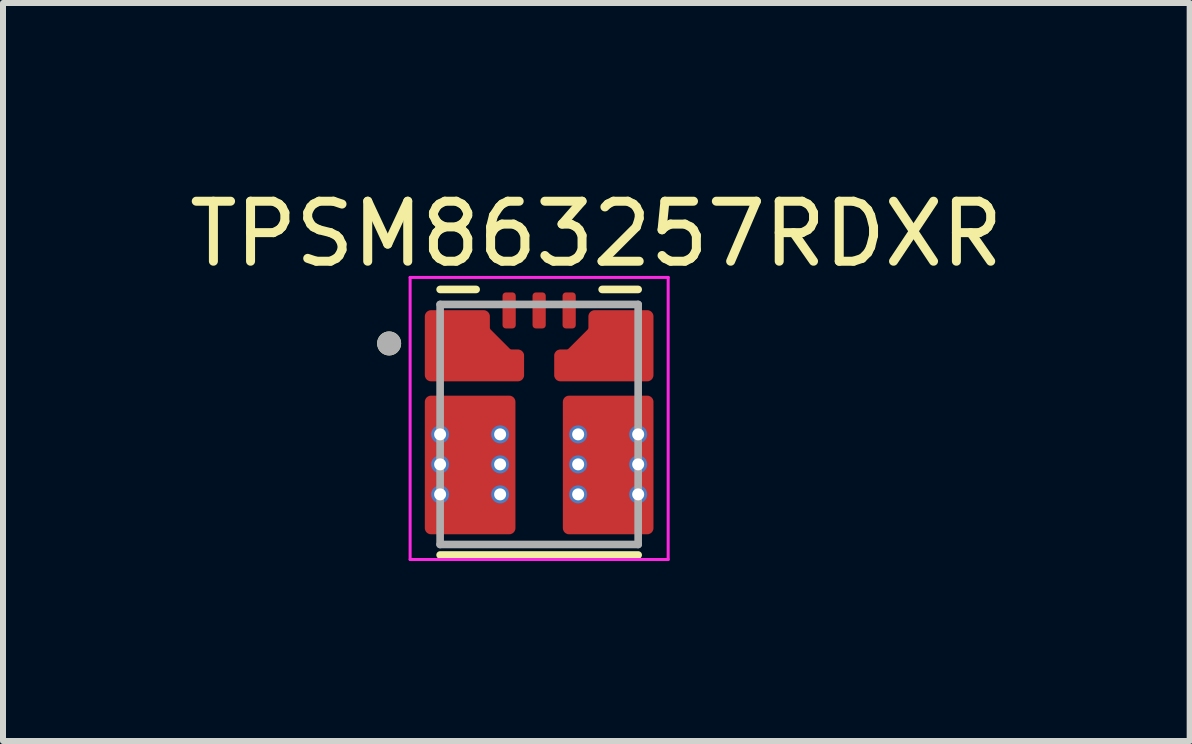
<source format=kicad_pcb>
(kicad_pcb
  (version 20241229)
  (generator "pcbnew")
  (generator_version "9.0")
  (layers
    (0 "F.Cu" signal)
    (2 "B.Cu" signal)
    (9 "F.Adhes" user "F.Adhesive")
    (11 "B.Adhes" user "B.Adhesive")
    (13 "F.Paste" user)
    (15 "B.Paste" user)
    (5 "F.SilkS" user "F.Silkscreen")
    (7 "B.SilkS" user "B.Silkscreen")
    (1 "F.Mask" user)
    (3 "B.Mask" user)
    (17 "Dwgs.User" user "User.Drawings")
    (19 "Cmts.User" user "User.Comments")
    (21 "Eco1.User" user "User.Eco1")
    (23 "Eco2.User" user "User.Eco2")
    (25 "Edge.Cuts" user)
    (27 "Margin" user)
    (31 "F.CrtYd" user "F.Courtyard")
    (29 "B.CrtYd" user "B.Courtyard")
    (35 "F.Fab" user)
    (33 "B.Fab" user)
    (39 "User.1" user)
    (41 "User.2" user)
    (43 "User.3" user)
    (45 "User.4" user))
  (footprint "TPSM863257RDXR"
    (layer "F.Cu")
    (at 5.934 4.023)
    (property "Reference" "TPSM863257RDXR" (at 0.953 -3.175 0) (layer "F.SilkS") (effects (font (size 1 1) (thickness 0.15))))
    (attr through_hole)
    (fp_poly (pts (xy -0.56 -1.55) (xy -0.565 -1.55) (xy -0.57 -1.551) (xy -0.576 -1.551) (xy -0.581 -1.552) (xy -0.586 -1.553) (xy -0.591 -1.555) (xy -0.596 -1.557) (xy -0.601 -1.559) (xy -0.605 -1.561) (xy -0.61 -1.563) (xy -0.614 -1.566) (xy -0.619 -1.569) (xy -0.623 -1.572) (xy -0.627 -1.576) (xy -0.631 -1.579) (xy -0.634 -1.583) (xy -0.638 -1.587) (xy -0.641 -1.591) (xy -0.644 -1.596) (xy -0.647 -1.6) (xy -0.649 -1.605) (xy -0.651 -1.609) (xy -0.653 -1.614) (xy -0.655 -1.619) (xy -0.657 -1.624) (xy -0.658 -1.629) (xy -0.659 -1.634) (xy -0.659 -1.64) (xy -0.66 -1.645) (xy -0.66 -1.65) (xy -0.66 -2.15) (xy -0.66 -2.155) (xy -0.659 -2.16) (xy -0.659 -2.166) (xy -0.658 -2.171) (xy -0.657 -2.176) (xy -0.655 -2.181) (xy -0.653 -2.186) (xy -0.651 -2.191) (xy -0.649 -2.195) (xy -0.647 -2.2) (xy -0.644 -2.204) (xy -0.641 -2.209) (xy -0.638 -2.213) (xy -0.634 -2.217) (xy -0.631 -2.221) (xy -0.627 -2.224) (xy -0.623 -2.228) (xy -0.619 -2.231) (xy -0.614 -2.234) (xy -0.61 -2.237) (xy -0.605 -2.239) (xy -0.601 -2.241) (xy -0.596 -2.243) (xy -0.591 -2.245) (xy -0.586 -2.247) (xy -0.581 -2.248) (xy -0.576 -2.249) (xy -0.57 -2.249) (xy -0.565 -2.25) (xy -0.56 -2.25) (xy -0.44 -2.25) (xy -0.435 -2.25) (xy -0.43 -2.249) (xy -0.424 -2.249) (xy -0.419 -2.248) (xy -0.414 -2.247) (xy -0.409 -2.245) (xy -0.404 -2.243) (xy -0.399 -2.241) (xy -0.395 -2.239) (xy -0.39 -2.237) (xy -0.386 -2.234) (xy -0.381 -2.231) (xy -0.377 -2.228) (xy -0.373 -2.224) (xy -0.369 -2.221) (xy -0.366 -2.217) (xy -0.362 -2.213) (xy -0.359 -2.209) (xy -0.356 -2.204) (xy -0.353 -2.2) (xy -0.351 -2.195) (xy -0.349 -2.191) (xy -0.347 -2.186) (xy -0.345 -2.181) (xy -0.343 -2.176) (xy -0.342 -2.171) (xy -0.341 -2.166) (xy -0.341 -2.16) (xy -0.34 -2.155) (xy -0.34 -2.15) (xy -0.34 -1.65) (xy -0.34 -1.645) (xy -0.341 -1.64) (xy -0.341 -1.634) (xy -0.342 -1.629) (xy -0.343 -1.624) (xy -0.345 -1.619) (xy -0.347 -1.614) (xy -0.349 -1.609) (xy -0.351 -1.605) (xy -0.353 -1.6) (xy -0.356 -1.596) (xy -0.359 -1.591) (xy -0.362 -1.587) (xy -0.366 -1.583) (xy -0.369 -1.579) (xy -0.373 -1.576) (xy -0.377 -1.572) (xy -0.381 -1.569) (xy -0.386 -1.566) (xy -0.39 -1.563) (xy -0.395 -1.561) (xy -0.399 -1.559) (xy -0.404 -1.557) (xy -0.409 -1.555) (xy -0.414 -1.553) (xy -0.419 -1.552) (xy -0.424 -1.551) (xy -0.43 -1.551) (xy -0.435 -1.55) (xy -0.44 -1.55) (xy -0.56 -1.55)) (stroke (width 0.01) (type solid)) (fill yes) (layer "F.Mask"))
    (fp_poly (pts (xy -0.16 -2.15) (xy -0.16 -1.65) (xy -0.16 -1.645) (xy -0.159 -1.64) (xy -0.159 -1.634) (xy -0.158 -1.629) (xy -0.157 -1.624) (xy -0.155 -1.619) (xy -0.153 -1.614) (xy -0.151 -1.609) (xy -0.149 -1.605) (xy -0.147 -1.6) (xy -0.144 -1.596) (xy -0.141 -1.591) (xy -0.138 -1.587) (xy -0.134 -1.583) (xy -0.131 -1.579) (xy -0.127 -1.576) (xy -0.123 -1.572) (xy -0.119 -1.569) (xy -0.114 -1.566) (xy -0.11 -1.563) (xy -0.105 -1.561) (xy -0.101 -1.559) (xy -0.096 -1.557) (xy -0.091 -1.555) (xy -0.086 -1.553) (xy -0.081 -1.552) (xy -0.076 -1.551) (xy -0.07 -1.551) (xy -0.065 -1.55) (xy -0.06 -1.55) (xy 0.06 -1.55) (xy 0.065 -1.55) (xy 0.07 -1.551) (xy 0.076 -1.551) (xy 0.081 -1.552) (xy 0.086 -1.553) (xy 0.091 -1.555) (xy 0.096 -1.557) (xy 0.101 -1.559) (xy 0.105 -1.561) (xy 0.11 -1.563) (xy 0.114 -1.566) (xy 0.119 -1.569) (xy 0.123 -1.572) (xy 0.127 -1.576) (xy 0.131 -1.579) (xy 0.134 -1.583) (xy 0.138 -1.587) (xy 0.141 -1.591) (xy 0.144 -1.596) (xy 0.147 -1.6) (xy 0.149 -1.605) (xy 0.151 -1.609) (xy 0.153 -1.614) (xy 0.155 -1.619) (xy 0.157 -1.624) (xy 0.158 -1.629) (xy 0.159 -1.634) (xy 0.159 -1.64) (xy 0.16 -1.645) (xy 0.16 -1.65) (xy 0.16 -2.15) (xy 0.16 -2.155) (xy 0.159 -2.16) (xy 0.159 -2.166) (xy 0.158 -2.171) (xy 0.157 -2.176) (xy 0.155 -2.181) (xy 0.153 -2.186) (xy 0.151 -2.191) (xy 0.149 -2.195) (xy 0.147 -2.2) (xy 0.144 -2.204) (xy 0.141 -2.209) (xy 0.138 -2.213) (xy 0.134 -2.217) (xy 0.131 -2.221) (xy 0.127 -2.224) (xy 0.123 -2.228) (xy 0.119 -2.231) (xy 0.114 -2.234) (xy 0.11 -2.237) (xy 0.105 -2.239) (xy 0.101 -2.241) (xy 0.096 -2.243) (xy 0.091 -2.245) (xy 0.086 -2.247) (xy 0.081 -2.248) (xy 0.076 -2.249) (xy 0.07 -2.249) (xy 0.065 -2.25) (xy 0.06 -2.25) (xy -0.06 -2.25) (xy -0.065 -2.25) (xy -0.07 -2.249) (xy -0.076 -2.249) (xy -0.081 -2.248) (xy -0.086 -2.247) (xy -0.091 -2.245) (xy -0.096 -2.243) (xy -0.101 -2.241) (xy -0.105 -2.239) (xy -0.11 -2.237) (xy -0.114 -2.234) (xy -0.119 -2.231) (xy -0.123 -2.228) (xy -0.127 -2.224) (xy -0.131 -2.221) (xy -0.134 -2.217) (xy -0.138 -2.213) (xy -0.141 -2.209) (xy -0.144 -2.204) (xy -0.147 -2.2) (xy -0.149 -2.195) (xy -0.151 -2.191) (xy -0.153 -2.186) (xy -0.155 -2.181) (xy -0.157 -2.176) (xy -0.158 -2.171) (xy -0.159 -2.166) (xy -0.159 -2.16) (xy -0.16 -2.155) (xy -0.16 -2.15)) (stroke (width 0.01) (type solid)) (fill yes) (layer "F.Mask"))
    (fp_poly (pts (xy 0.44 -1.55) (xy 0.435 -1.55) (xy 0.43 -1.551) (xy 0.424 -1.551) (xy 0.419 -1.552) (xy 0.414 -1.553) (xy 0.409 -1.555) (xy 0.404 -1.557) (xy 0.399 -1.559) (xy 0.395 -1.561) (xy 0.39 -1.563) (xy 0.386 -1.566) (xy 0.381 -1.569) (xy 0.377 -1.572) (xy 0.373 -1.576) (xy 0.369 -1.579) (xy 0.366 -1.583) (xy 0.362 -1.587) (xy 0.359 -1.591) (xy 0.356 -1.596) (xy 0.353 -1.6) (xy 0.351 -1.605) (xy 0.349 -1.609) (xy 0.347 -1.614) (xy 0.345 -1.619) (xy 0.343 -1.624) (xy 0.342 -1.629) (xy 0.341 -1.634) (xy 0.341 -1.64) (xy 0.34 -1.645) (xy 0.34 -1.65) (xy 0.34 -2.15) (xy 0.34 -2.155) (xy 0.341 -2.16) (xy 0.341 -2.166) (xy 0.342 -2.171) (xy 0.343 -2.176) (xy 0.345 -2.181) (xy 0.347 -2.186) (xy 0.349 -2.191) (xy 0.351 -2.195) (xy 0.353 -2.2) (xy 0.356 -2.204) (xy 0.359 -2.209) (xy 0.362 -2.213) (xy 0.366 -2.217) (xy 0.369 -2.221) (xy 0.373 -2.224) (xy 0.377 -2.228) (xy 0.381 -2.231) (xy 0.386 -2.234) (xy 0.39 -2.237) (xy 0.395 -2.239) (xy 0.399 -2.241) (xy 0.404 -2.243) (xy 0.409 -2.245) (xy 0.414 -2.247) (xy 0.419 -2.248) (xy 0.424 -2.249) (xy 0.43 -2.249) (xy 0.435 -2.25) (xy 0.44 -2.25) (xy 0.56 -2.25) (xy 0.565 -2.25) (xy 0.57 -2.249) (xy 0.576 -2.249) (xy 0.581 -2.248) (xy 0.586 -2.247) (xy 0.591 -2.245) (xy 0.596 -2.243) (xy 0.601 -2.241) (xy 0.605 -2.239) (xy 0.61 -2.237) (xy 0.614 -2.234) (xy 0.619 -2.231) (xy 0.623 -2.228) (xy 0.627 -2.224) (xy 0.631 -2.221) (xy 0.634 -2.217) (xy 0.638 -2.213) (xy 0.641 -2.209) (xy 0.644 -2.204) (xy 0.647 -2.2) (xy 0.649 -2.195) (xy 0.651 -2.191) (xy 0.653 -2.186) (xy 0.655 -2.181) (xy 0.657 -2.176) (xy 0.658 -2.171) (xy 0.659 -2.166) (xy 0.659 -2.16) (xy 0.66 -2.155) (xy 0.66 -2.15) (xy 0.66 -1.65) (xy 0.66 -1.645) (xy 0.659 -1.64) (xy 0.659 -1.634) (xy 0.658 -1.629) (xy 0.657 -1.624) (xy 0.655 -1.619) (xy 0.653 -1.614) (xy 0.651 -1.609) (xy 0.649 -1.605) (xy 0.647 -1.6) (xy 0.644 -1.596) (xy 0.641 -1.591) (xy 0.638 -1.587) (xy 0.634 -1.583) (xy 0.631 -1.579) (xy 0.627 -1.576) (xy 0.623 -1.572) (xy 0.619 -1.569) (xy 0.614 -1.566) (xy 0.61 -1.563) (xy 0.605 -1.561) (xy 0.601 -1.559) (xy 0.596 -1.557) (xy 0.591 -1.555) (xy 0.586 -1.553) (xy 0.581 -1.552) (xy 0.576 -1.551) (xy 0.57 -1.551) (xy 0.565 -1.55) (xy 0.56 -1.55) (xy 0.44 -1.55)) (stroke (width 0.01) (type solid)) (fill yes) (layer "F.Mask"))
    (fp_poly (pts (xy -0.355 -0.775) (xy -0.352 -0.775) (xy -0.35 -0.775) (xy -0.347 -0.776) (xy -0.345 -0.776) (xy -0.342 -0.777) (xy -0.34 -0.777) (xy -0.337 -0.778) (xy -0.335 -0.779) (xy -0.332 -0.78) (xy -0.33 -0.782) (xy -0.328 -0.783) (xy -0.326 -0.785) (xy -0.324 -0.786) (xy -0.322 -0.788) (xy -0.32 -0.79) (xy -0.318 -0.792) (xy -0.316 -0.794) (xy -0.315 -0.796) (xy -0.313 -0.798) (xy -0.312 -0.8) (xy -0.31 -0.802) (xy -0.309 -0.805) (xy -0.308 -0.807) (xy -0.307 -0.81) (xy -0.307 -0.812) (xy -0.306 -0.815) (xy -0.306 -0.817) (xy -0.305 -0.82) (xy -0.305 -0.822) (xy -0.305 -0.825) (xy -0.305 -1.145) (xy -0.305 -1.148) (xy -0.305 -1.15) (xy -0.306 -1.153) (xy -0.306 -1.155) (xy -0.307 -1.158) (xy -0.307 -1.16) (xy -0.308 -1.163) (xy -0.309 -1.165) (xy -0.31 -1.168) (xy -0.312 -1.17) (xy -0.313 -1.172) (xy -0.315 -1.174) (xy -0.316 -1.176) (xy -0.318 -1.178) (xy -0.32 -1.18) (xy -0.322 -1.182) (xy -0.324 -1.184) (xy -0.326 -1.185) (xy -0.328 -1.187) (xy -0.33 -1.188) (xy -0.332 -1.19) (xy -0.335 -1.191) (xy -0.337 -1.192) (xy -0.34 -1.193) (xy -0.342 -1.193) (xy -0.345 -1.194) (xy -0.347 -1.194) (xy -0.35 -1.195) (xy -0.352 -1.195) (xy -0.355 -1.195) (xy -0.477 -1.195) (xy -0.479 -1.195) (xy -0.48 -1.195) (xy -0.481 -1.195) (xy -0.483 -1.195) (xy -0.484 -1.195) (xy -0.485 -1.196) (xy -0.486 -1.196) (xy -0.488 -1.196) (xy -0.489 -1.196) (xy -0.49 -1.197) (xy -0.491 -1.197) (xy -0.493 -1.197) (xy -0.494 -1.198) (xy -0.495 -1.198) (xy -0.496 -1.199) (xy -0.498 -1.199) (xy -0.499 -1.2) (xy -0.5 -1.2) (xy -0.501 -1.201) (xy -0.502 -1.202) (xy -0.503 -1.202) (xy -0.505 -1.203) (xy -0.506 -1.204) (xy -0.507 -1.205) (xy -0.508 -1.205) (xy -0.509 -1.206) (xy -0.51 -1.207) (xy -0.511 -1.208) (xy -0.512 -1.209) (xy -0.513 -1.21) (xy -0.86 -1.557) (xy -0.861 -1.558) (xy -0.862 -1.559) (xy -0.863 -1.56) (xy -0.864 -1.561) (xy -0.865 -1.562) (xy -0.865 -1.563) (xy -0.866 -1.564) (xy -0.867 -1.565) (xy -0.868 -1.567) (xy -0.868 -1.568) (xy -0.869 -1.569) (xy -0.87 -1.57) (xy -0.87 -1.571) (xy -0.871 -1.572) (xy -0.871 -1.574) (xy -0.872 -1.575) (xy -0.872 -1.576) (xy -0.873 -1.577) (xy -0.873 -1.579) (xy -0.873 -1.58) (xy -0.874 -1.581) (xy -0.874 -1.582) (xy -0.874 -1.584) (xy -0.874 -1.585) (xy -0.875 -1.586) (xy -0.875 -1.587) (xy -0.875 -1.589) (xy -0.875 -1.59) (xy -0.875 -1.591) (xy -0.875 -1.593) (xy -0.875 -1.8) (xy -0.875 -1.803) (xy -0.875 -1.805) (xy -0.876 -1.808) (xy -0.876 -1.81) (xy -0.877 -1.813) (xy -0.877 -1.815) (xy -0.878 -1.818) (xy -0.879 -1.82) (xy -0.88 -1.823) (xy -0.882 -1.825) (xy -0.883 -1.827) (xy -0.885 -1.829) (xy -0.886 -1.831) (xy -0.888 -1.833) (xy -0.89 -1.835) (xy -0.892 -1.837) (xy -0.894 -1.839) (xy -0.896 -1.84) (xy -0.898 -1.842) (xy -0.9 -1.843) (xy -0.902 -1.845) (xy -0.905 -1.846) (xy -0.907 -1.847) (xy -0.91 -1.848) (xy -0.912 -1.848) (xy -0.915 -1.849) (xy -0.917 -1.849) (xy -0.92 -1.85) (xy -0.922 -1.85) (xy -0.925 -1.85) (xy -1.4 -1.85) (xy -1.403 -1.85) (xy -1.405 -1.85) (xy -1.408 -1.849) (xy -1.41 -1.849) (xy -1.413 -1.848) (xy -1.415 -1.848) (xy -1.418 -1.847) (xy -1.42 -1.846) (xy -1.423 -1.845) (xy -1.425 -1.843) (xy -1.427 -1.842) (xy -1.429 -1.84) (xy -1.431 -1.839) (xy -1.433 -1.837) (xy -1.435 -1.835) (xy -1.437 -1.833) (xy -1.439 -1.831) (xy -1.44 -1.829) (xy -1.442 -1.827) (xy -1.443 -1.825) (xy -1.445 -1.823) (xy -1.446 -1.82) (xy -1.447 -1.818) (xy -1.448 -1.815) (xy -1.448 -1.813) (xy -1.449 -1.81) (xy -1.449 -1.808) (xy -1.45 -1.805) (xy -1.45 -1.803) (xy -1.45 -1.8) (xy -1.45 -1.675) (xy -1.45 -1.672) (xy -1.45 -1.67) (xy -1.451 -1.667) (xy -1.451 -1.665) (xy -1.452 -1.662) (xy -1.452 -1.66) (xy -1.453 -1.657) (xy -1.454 -1.655) (xy -1.455 -1.652) (xy -1.457 -1.65) (xy -1.458 -1.648) (xy -1.46 -1.646) (xy -1.461 -1.644) (xy -1.463 -1.642) (xy -1.465 -1.64) (xy -1.467 -1.638) (xy -1.469 -1.636) (xy -1.471 -1.635) (xy -1.473 -1.633) (xy -1.475 -1.632) (xy -1.477 -1.63) (xy -1.48 -1.629) (xy -1.482 -1.628) (xy -1.485 -1.627) (xy -1.487 -1.627) (xy -1.49 -1.626) (xy -1.492 -1.626) (xy -1.495 -1.625) (xy -1.497 -1.625) (xy -1.5 -1.625) (xy -1.8 -1.625) (xy -1.803 -1.625) (xy -1.805 -1.625) (xy -1.808 -1.624) (xy -1.81 -1.624) (xy -1.813 -1.623) (xy -1.815 -1.623) (xy -1.818 -1.622) (xy -1.82 -1.621) (xy -1.823 -1.62) (xy -1.825 -1.618) (xy -1.827 -1.617) (xy -1.829 -1.615) (xy -1.831 -1.614) (xy -1.833 -1.612) (xy -1.835 -1.61) (xy -1.837 -1.608) (xy -1.839 -1.606) (xy -1.84 -1.604) (xy -1.842 -1.602) (xy -1.843 -1.6) (xy -1.845 -1.598) (xy -1.846 -1.595) (xy -1.847 -1.593) (xy -1.848 -1.59) (xy -1.848 -1.588) (xy -1.849 -1.585) (xy -1.849 -1.583) (xy -1.85 -1.58) (xy -1.85 -1.578) (xy -1.85 -1.575) (xy -1.85 -1.425) (xy -1.85 -1.422) (xy -1.85 -1.42) (xy -1.849 -1.417) (xy -1.849 -1.415) (xy -1.848 -1.412) (xy -1.848 -1.41) (xy -1.847 -1.407) (xy -1.846 -1.405) (xy -1.845 -1.402) (xy -1.843 -1.4) (xy -1.842 -1.398) (xy -1.84 -1.396) (xy -1.839 -1.394) (xy -1.837 -1.392) (xy -1.835 -1.39) (xy -1.833 -1.388) (xy -1.831 -1.386) (xy -1.829 -1.385) (xy -1.827 -1.383) (xy -1.825 -1.382) (xy -1.823 -1.38) (xy -1.82 -1.379) (xy -1.818 -1.378) (xy -1.815 -1.377) (xy -1.813 -1.377) (xy -1.81 -1.376) (xy -1.808 -1.376) (xy -1.805 -1.375) (xy -1.803 -1.375) (xy -1.8 -1.375) (xy -1.5 -1.375) (xy -1.497 -1.375) (xy -1.495 -1.375) (xy -1.492 -1.374) (xy -1.49 -1.374) (xy -1.487 -1.373) (xy -1.485 -1.373) (xy -1.482 -1.372) (xy -1.48 -1.371) (xy -1.477 -1.37) (xy -1.475 -1.368) (xy -1.473 -1.367) (xy -1.471 -1.365) (xy -1.469 -1.364) (xy -1.467 -1.362) (xy -1.465 -1.36) (xy -1.463 -1.358) (xy -1.461 -1.356) (xy -1.46 -1.354) (xy -1.458 -1.352) (xy -1.457 -1.35) (xy -1.455 -1.348) (xy -1.454 -1.345) (xy -1.453 -1.343) (xy -1.452 -1.34) (xy -1.452 -1.338) (xy -1.451 -1.335) (xy -1.451 -1.333) (xy -1.45 -1.33) (xy -1.45 -1.328) (xy -1.45 -1.325) (xy -1.45 -1.175) (xy -1.45 -1.172) (xy -1.45 -1.17) (xy -1.451 -1.167) (xy -1.451 -1.165) (xy -1.452 -1.162) (xy -1.452 -1.16) (xy -1.453 -1.157) (xy -1.454 -1.155) (xy -1.455 -1.152) (xy -1.457 -1.15) (xy -1.458 -1.148) (xy -1.46 -1.146) (xy -1.461 -1.144) (xy -1.463 -1.142) (xy -1.465 -1.14) (xy -1.467 -1.138) (xy -1.469 -1.136) (xy -1.471 -1.135) (xy -1.473 -1.133) (xy -1.475 -1.132) (xy -1.477 -1.13) (xy -1.48 -1.129) (xy -1.482 -1.128) (xy -1.485 -1.127) (xy -1.487 -1.127) (xy -1.49 -1.126) (xy -1.492 -1.126) (xy -1.495 -1.125) (xy -1.497 -1.125) (xy -1.5 -1.125) (xy -1.8 -1.125) (xy -1.803 -1.125) (xy -1.805 -1.125) (xy -1.808 -1.124) (xy -1.81 -1.124) (xy -1.813 -1.123) (xy -1.815 -1.123) (xy -1.818 -1.122) (xy -1.82 -1.121) (xy -1.823 -1.12) (xy -1.825 -1.118) (xy -1.827 -1.117) (xy -1.829 -1.115) (xy -1.831 -1.114) (xy -1.833 -1.112) (xy -1.835 -1.11) (xy -1.837 -1.108) (xy -1.839 -1.106) (xy -1.84 -1.104) (xy -1.842 -1.102) (xy -1.843 -1.1) (xy -1.845 -1.098) (xy -1.846 -1.095) (xy -1.847 -1.093) (xy -1.848 -1.09) (xy -1.848 -1.088) (xy -1.849 -1.085) (xy -1.849 -1.083) (xy -1.85 -1.08) (xy -1.85 -1.078) (xy -1.85 -1.075) (xy -1.85 -0.925) (xy -1.85 -0.922) (xy -1.85 -0.92) (xy -1.849 -0.917) (xy -1.849 -0.915) (xy -1.848 -0.912) (xy -1.848 -0.91) (xy -1.847 -0.907) (xy -1.846 -0.905) (xy -1.845 -0.902) (xy -1.843 -0.9) (xy -1.842 -0.898) (xy -1.84 -0.896) (xy -1.839 -0.894) (xy -1.837 -0.892) (xy -1.835 -0.89) (xy -1.833 -0.888) (xy -1.831 -0.886) (xy -1.829 -0.885) (xy -1.827 -0.883) (xy -1.825 -0.882) (xy -1.823 -0.88) (xy -1.82 -0.879) (xy -1.818 -0.878) (xy -1.815 -0.877) (xy -1.813 -0.877) (xy -1.81 -0.876) (xy -1.808 -0.876) (xy -1.805 -0.875) (xy -1.803 -0.875) (xy -1.8 -0.875) (xy -1.5 -0.875) (xy -1.497 -0.875) (xy -1.495 -0.875) (xy -1.492 -0.874) (xy -1.49 -0.874) (xy -1.487 -0.873) (xy -1.485 -0.873) (xy -1.482 -0.872) (xy -1.48 -0.871) (xy -1.477 -0.87) (xy -1.475 -0.868) (xy -1.473 -0.867) (xy -1.471 -0.865) (xy -1.469 -0.864) (xy -1.467 -0.862) (xy -1.465 -0.86) (xy -1.463 -0.858) (xy -1.461 -0.856) (xy -1.46 -0.854) (xy -1.458 -0.852) (xy -1.457 -0.85) (xy -1.455 -0.848) (xy -1.454 -0.845) (xy -1.453 -0.843) (xy -1.452 -0.84) (xy -1.452 -0.838) (xy -1.451 -0.835) (xy -1.451 -0.833) (xy -1.45 -0.83) (xy -1.45 -0.828) (xy -1.45 -0.825) (xy -1.45 -0.822) (xy -1.45 -0.82) (xy -1.449 -0.817) (xy -1.449 -0.815) (xy -1.448 -0.812) (xy -1.448 -0.81) (xy -1.447 -0.807) (xy -1.446 -0.805) (xy -1.445 -0.802) (xy -1.443 -0.8) (xy -1.442 -0.798) (xy -1.44 -0.796) (xy -1.439 -0.794) (xy -1.437 -0.792) (xy -1.435 -0.79) (xy -1.433 -0.788) (xy -1.431 -0.786) (xy -1.429 -0.785) (xy -1.427 -0.783) (xy -1.425 -0.782) (xy -1.423 -0.78) (xy -1.42 -0.779) (xy -1.418 -0.778) (xy -1.415 -0.777) (xy -1.413 -0.777) (xy -1.41 -0.776) (xy -1.408 -0.776) (xy -1.405 -0.775) (xy -1.403 -0.775) (xy -1.4 -0.775) (xy -0.355 -0.775)) (stroke (width 0.01) (type solid)) (fill yes) (layer "F.Mask"))
    (fp_poly (pts (xy 0.355 -0.775) (xy 0.352 -0.775) (xy 0.35 -0.775) (xy 0.347 -0.776) (xy 0.345 -0.776) (xy 0.342 -0.777) (xy 0.34 -0.777) (xy 0.337 -0.778) (xy 0.335 -0.779) (xy 0.332 -0.78) (xy 0.33 -0.782) (xy 0.328 -0.783) (xy 0.326 -0.785) (xy 0.324 -0.786) (xy 0.322 -0.788) (xy 0.32 -0.79) (xy 0.318 -0.792) (xy 0.316 -0.794) (xy 0.315 -0.796) (xy 0.313 -0.798) (xy 0.312 -0.8) (xy 0.31 -0.802) (xy 0.309 -0.805) (xy 0.308 -0.807) (xy 0.307 -0.81) (xy 0.307 -0.812) (xy 0.306 -0.815) (xy 0.306 -0.817) (xy 0.305 -0.82) (xy 0.305 -0.822) (xy 0.305 -0.825) (xy 0.305 -1.145) (xy 0.305 -1.148) (xy 0.305 -1.15) (xy 0.306 -1.153) (xy 0.306 -1.155) (xy 0.307 -1.158) (xy 0.307 -1.16) (xy 0.308 -1.163) (xy 0.309 -1.165) (xy 0.31 -1.168) (xy 0.312 -1.17) (xy 0.313 -1.172) (xy 0.315 -1.174) (xy 0.316 -1.176) (xy 0.318 -1.178) (xy 0.32 -1.18) (xy 0.322 -1.182) (xy 0.324 -1.184) (xy 0.326 -1.185) (xy 0.328 -1.187) (xy 0.33 -1.188) (xy 0.332 -1.19) (xy 0.335 -1.191) (xy 0.337 -1.192) (xy 0.34 -1.193) (xy 0.342 -1.193) (xy 0.345 -1.194) (xy 0.347 -1.194) (xy 0.35 -1.195) (xy 0.352 -1.195) (xy 0.355 -1.195) (xy 0.477 -1.195) (xy 0.479 -1.195) (xy 0.48 -1.195) (xy 0.481 -1.195) (xy 0.483 -1.195) (xy 0.484 -1.195) (xy 0.485 -1.196) (xy 0.486 -1.196) (xy 0.488 -1.196) (xy 0.489 -1.196) (xy 0.49 -1.197) (xy 0.491 -1.197) (xy 0.493 -1.197) (xy 0.494 -1.198) (xy 0.495 -1.198) (xy 0.496 -1.199) (xy 0.498 -1.199) (xy 0.499 -1.2) (xy 0.5 -1.2) (xy 0.501 -1.201) (xy 0.502 -1.202) (xy 0.503 -1.202) (xy 0.505 -1.203) (xy 0.506 -1.204) (xy 0.507 -1.205) (xy 0.508 -1.205) (xy 0.509 -1.206) (xy 0.51 -1.207) (xy 0.511 -1.208) (xy 0.512 -1.209) (xy 0.513 -1.21) (xy 0.86 -1.557) (xy 0.861 -1.558) (xy 0.862 -1.559) (xy 0.863 -1.56) (xy 0.864 -1.561) (xy 0.865 -1.562) (xy 0.865 -1.563) (xy 0.866 -1.564) (xy 0.867 -1.565) (xy 0.868 -1.567) (xy 0.868 -1.568) (xy 0.869 -1.569) (xy 0.87 -1.57) (xy 0.87 -1.571) (xy 0.871 -1.572) (xy 0.871 -1.574) (xy 0.872 -1.575) (xy 0.872 -1.576) (xy 0.873 -1.577) (xy 0.873 -1.579) (xy 0.873 -1.58) (xy 0.874 -1.581) (xy 0.874 -1.582) (xy 0.874 -1.584) (xy 0.874 -1.585) (xy 0.875 -1.586) (xy 0.875 -1.587) (xy 0.875 -1.589) (xy 0.875 -1.59) (xy 0.875 -1.591) (xy 0.875 -1.593) (xy 0.875 -1.8) (xy 0.875 -1.803) (xy 0.875 -1.805) (xy 0.876 -1.808) (xy 0.876 -1.81) (xy 0.877 -1.813) (xy 0.877 -1.815) (xy 0.878 -1.818) (xy 0.879 -1.82) (xy 0.88 -1.823) (xy 0.882 -1.825) (xy 0.883 -1.827) (xy 0.885 -1.829) (xy 0.886 -1.831) (xy 0.888 -1.833) (xy 0.89 -1.835) (xy 0.892 -1.837) (xy 0.894 -1.839) (xy 0.896 -1.84) (xy 0.898 -1.842) (xy 0.9 -1.843) (xy 0.902 -1.845) (xy 0.905 -1.846) (xy 0.907 -1.847) (xy 0.91 -1.848) (xy 0.912 -1.848) (xy 0.915 -1.849) (xy 0.917 -1.849) (xy 0.92 -1.85) (xy 0.922 -1.85) (xy 0.925 -1.85) (xy 1.4 -1.85) (xy 1.403 -1.85) (xy 1.405 -1.85) (xy 1.408 -1.849) (xy 1.41 -1.849) (xy 1.413 -1.848) (xy 1.415 -1.848) (xy 1.418 -1.847) (xy 1.42 -1.846) (xy 1.423 -1.845) (xy 1.425 -1.843) (xy 1.427 -1.842) (xy 1.429 -1.84) (xy 1.431 -1.839) (xy 1.433 -1.837) (xy 1.435 -1.835) (xy 1.437 -1.833) (xy 1.439 -1.831) (xy 1.44 -1.829) (xy 1.442 -1.827) (xy 1.443 -1.825) (xy 1.445 -1.823) (xy 1.446 -1.82) (xy 1.447 -1.818) (xy 1.448 -1.815) (xy 1.448 -1.813) (xy 1.449 -1.81) (xy 1.449 -1.808) (xy 1.45 -1.805) (xy 1.45 -1.803) (xy 1.45 -1.8) (xy 1.45 -1.675) (xy 1.45 -1.672) (xy 1.45 -1.67) (xy 1.451 -1.667) (xy 1.451 -1.665) (xy 1.452 -1.662) (xy 1.452 -1.66) (xy 1.453 -1.657) (xy 1.454 -1.655) (xy 1.455 -1.652) (xy 1.457 -1.65) (xy 1.458 -1.648) (xy 1.46 -1.646) (xy 1.461 -1.644) (xy 1.463 -1.642) (xy 1.465 -1.64) (xy 1.467 -1.638) (xy 1.469 -1.636) (xy 1.471 -1.635) (xy 1.473 -1.633) (xy 1.475 -1.632) (xy 1.477 -1.63) (xy 1.48 -1.629) (xy 1.482 -1.628) (xy 1.485 -1.627) (xy 1.487 -1.627) (xy 1.49 -1.626) (xy 1.492 -1.626) (xy 1.495 -1.625) (xy 1.497 -1.625) (xy 1.5 -1.625) (xy 1.8 -1.625) (xy 1.803 -1.625) (xy 1.805 -1.625) (xy 1.808 -1.624) (xy 1.81 -1.624) (xy 1.813 -1.623) (xy 1.815 -1.623) (xy 1.818 -1.622) (xy 1.82 -1.621) (xy 1.823 -1.62) (xy 1.825 -1.618) (xy 1.827 -1.617) (xy 1.829 -1.615) (xy 1.831 -1.614) (xy 1.833 -1.612) (xy 1.835 -1.61) (xy 1.837 -1.608) (xy 1.839 -1.606) (xy 1.84 -1.604) (xy 1.842 -1.602) (xy 1.843 -1.6) (xy 1.845 -1.598) (xy 1.846 -1.595) (xy 1.847 -1.593) (xy 1.848 -1.59) (xy 1.848 -1.588) (xy 1.849 -1.585) (xy 1.849 -1.583) (xy 1.85 -1.58) (xy 1.85 -1.578) (xy 1.85 -1.575) (xy 1.85 -1.425) (xy 1.85 -1.422) (xy 1.85 -1.42) (xy 1.849 -1.417) (xy 1.849 -1.415) (xy 1.848 -1.412) (xy 1.848 -1.41) (xy 1.847 -1.407) (xy 1.846 -1.405) (xy 1.845 -1.402) (xy 1.843 -1.4) (xy 1.842 -1.398) (xy 1.84 -1.396) (xy 1.839 -1.394) (xy 1.837 -1.392) (xy 1.835 -1.39) (xy 1.833 -1.388) (xy 1.831 -1.386) (xy 1.829 -1.385) (xy 1.827 -1.383) (xy 1.825 -1.382) (xy 1.823 -1.38) (xy 1.82 -1.379) (xy 1.818 -1.378) (xy 1.815 -1.377) (xy 1.813 -1.377) (xy 1.81 -1.376) (xy 1.808 -1.376) (xy 1.805 -1.375) (xy 1.803 -1.375) (xy 1.8 -1.375) (xy 1.5 -1.375) (xy 1.497 -1.375) (xy 1.495 -1.375) (xy 1.492 -1.374) (xy 1.49 -1.374) (xy 1.487 -1.373) (xy 1.485 -1.373) (xy 1.482 -1.372) (xy 1.48 -1.371) (xy 1.477 -1.37) (xy 1.475 -1.368) (xy 1.473 -1.367) (xy 1.471 -1.365) (xy 1.469 -1.364) (xy 1.467 -1.362) (xy 1.465 -1.36) (xy 1.463 -1.358) (xy 1.461 -1.356) (xy 1.46 -1.354) (xy 1.458 -1.352) (xy 1.457 -1.35) (xy 1.455 -1.348) (xy 1.454 -1.345) (xy 1.453 -1.343) (xy 1.452 -1.34) (xy 1.452 -1.338) (xy 1.451 -1.335) (xy 1.451 -1.333) (xy 1.45 -1.33) (xy 1.45 -1.328) (xy 1.45 -1.325) (xy 1.45 -1.175) (xy 1.45 -1.172) (xy 1.45 -1.17) (xy 1.451 -1.167) (xy 1.451 -1.165) (xy 1.452 -1.162) (xy 1.452 -1.16) (xy 1.453 -1.157) (xy 1.454 -1.155) (xy 1.455 -1.152) (xy 1.457 -1.15) (xy 1.458 -1.148) (xy 1.46 -1.146) (xy 1.461 -1.144) (xy 1.463 -1.142) (xy 1.465 -1.14) (xy 1.467 -1.138) (xy 1.469 -1.136) (xy 1.471 -1.135) (xy 1.473 -1.133) (xy 1.475 -1.132) (xy 1.477 -1.13) (xy 1.48 -1.129) (xy 1.482 -1.128) (xy 1.485 -1.127) (xy 1.487 -1.127) (xy 1.49 -1.126) (xy 1.492 -1.126) (xy 1.495 -1.125) (xy 1.497 -1.125) (xy 1.5 -1.125) (xy 1.8 -1.125) (xy 1.803 -1.125) (xy 1.805 -1.125) (xy 1.808 -1.124) (xy 1.81 -1.124) (xy 1.813 -1.123) (xy 1.815 -1.123) (xy 1.818 -1.122) (xy 1.82 -1.121) (xy 1.823 -1.12) (xy 1.825 -1.118) (xy 1.827 -1.117) (xy 1.829 -1.115) (xy 1.831 -1.114) (xy 1.833 -1.112) (xy 1.835 -1.11) (xy 1.837 -1.108) (xy 1.839 -1.106) (xy 1.84 -1.104) (xy 1.842 -1.102) (xy 1.843 -1.1) (xy 1.845 -1.098) (xy 1.846 -1.095) (xy 1.847 -1.093) (xy 1.848 -1.09) (xy 1.848 -1.088) (xy 1.849 -1.085) (xy 1.849 -1.083) (xy 1.85 -1.08) (xy 1.85 -1.078) (xy 1.85 -1.075) (xy 1.85 -0.925) (xy 1.85 -0.922) (xy 1.85 -0.92) (xy 1.849 -0.917) (xy 1.849 -0.915) (xy 1.848 -0.912) (xy 1.848 -0.91) (xy 1.847 -0.907) (xy 1.846 -0.905) (xy 1.845 -0.902) (xy 1.843 -0.9) (xy 1.842 -0.898) (xy 1.84 -0.896) (xy 1.839 -0.894) (xy 1.837 -0.892) (xy 1.835 -0.89) (xy 1.833 -0.888) (xy 1.831 -0.886) (xy 1.829 -0.885) (xy 1.827 -0.883) (xy 1.825 -0.882) (xy 1.823 -0.88) (xy 1.82 -0.879) (xy 1.818 -0.878) (xy 1.815 -0.877) (xy 1.813 -0.877) (xy 1.81 -0.876) (xy 1.808 -0.876) (xy 1.805 -0.875) (xy 1.803 -0.875) (xy 1.8 -0.875) (xy 1.5 -0.875) (xy 1.497 -0.875) (xy 1.495 -0.875) (xy 1.492 -0.874) (xy 1.49 -0.874) (xy 1.487 -0.873) (xy 1.485 -0.873) (xy 1.482 -0.872) (xy 1.48 -0.871) (xy 1.477 -0.87) (xy 1.475 -0.868) (xy 1.473 -0.867) (xy 1.471 -0.865) (xy 1.469 -0.864) (xy 1.467 -0.862) (xy 1.465 -0.86) (xy 1.463 -0.858) (xy 1.461 -0.856) (xy 1.46 -0.854) (xy 1.458 -0.852) (xy 1.457 -0.85) (xy 1.455 -0.848) (xy 1.454 -0.845) (xy 1.453 -0.843) (xy 1.452 -0.84) (xy 1.452 -0.838) (xy 1.451 -0.835) (xy 1.451 -0.833) (xy 1.45 -0.83) (xy 1.45 -0.828) (xy 1.45 -0.825) (xy 1.45 -0.822) (xy 1.45 -0.82) (xy 1.449 -0.817) (xy 1.449 -0.815) (xy 1.448 -0.812) (xy 1.448 -0.81) (xy 1.447 -0.807) (xy 1.446 -0.805) (xy 1.445 -0.802) (xy 1.443 -0.8) (xy 1.442 -0.798) (xy 1.44 -0.796) (xy 1.439 -0.794) (xy 1.437 -0.792) (xy 1.435 -0.79) (xy 1.433 -0.788) (xy 1.431 -0.786) (xy 1.429 -0.785) (xy 1.427 -0.783) (xy 1.425 -0.782) (xy 1.423 -0.78) (xy 1.42 -0.779) (xy 1.418 -0.778) (xy 1.415 -0.777) (xy 1.413 -0.777) (xy 1.41 -0.776) (xy 1.408 -0.776) (xy 1.405 -0.775) (xy 1.403 -0.775) (xy 1.4 -0.775) (xy 0.355 -0.775)) (stroke (width 0.01) (type solid)) (fill yes) (layer "F.Mask"))
    (fp_poly (pts (xy -1.85 1.34) (xy -1.85 1.49) (xy -1.85 1.493) (xy -1.85 1.495) (xy -1.849 1.498) (xy -1.849 1.5) (xy -1.848 1.503) (xy -1.848 1.505) (xy -1.847 1.508) (xy -1.846 1.51) (xy -1.845 1.513) (xy -1.843 1.515) (xy -1.842 1.517) (xy -1.84 1.519) (xy -1.839 1.521) (xy -1.837 1.523) (xy -1.835 1.525) (xy -1.833 1.527) (xy -1.831 1.529) (xy -1.829 1.53) (xy -1.827 1.532) (xy -1.825 1.533) (xy -1.823 1.535) (xy -1.82 1.536) (xy -1.818 1.537) (xy -1.815 1.538) (xy -1.813 1.538) (xy -1.81 1.539) (xy -1.808 1.539) (xy -1.805 1.54) (xy -1.803 1.54) (xy -1.8 1.54) (xy -1.5 1.54) (xy -1.497 1.54) (xy -1.495 1.54) (xy -1.492 1.541) (xy -1.49 1.541) (xy -1.487 1.542) (xy -1.485 1.542) (xy -1.482 1.543) (xy -1.48 1.544) (xy -1.477 1.545) (xy -1.475 1.547) (xy -1.473 1.548) (xy -1.471 1.55) (xy -1.469 1.551) (xy -1.467 1.553) (xy -1.465 1.555) (xy -1.463 1.557) (xy -1.461 1.559) (xy -1.46 1.561) (xy -1.458 1.563) (xy -1.457 1.565) (xy -1.455 1.567) (xy -1.454 1.57) (xy -1.453 1.572) (xy -1.452 1.575) (xy -1.452 1.577) (xy -1.451 1.58) (xy -1.451 1.582) (xy -1.45 1.585) (xy -1.45 1.587) (xy -1.45 1.59) (xy -1.45 1.725) (xy -1.45 1.728) (xy -1.45 1.73) (xy -1.449 1.733) (xy -1.449 1.735) (xy -1.448 1.738) (xy -1.448 1.74) (xy -1.447 1.743) (xy -1.446 1.745) (xy -1.445 1.748) (xy -1.443 1.75) (xy -1.442 1.752) (xy -1.44 1.754) (xy -1.439 1.756) (xy -1.437 1.758) (xy -1.435 1.76) (xy -1.433 1.762) (xy -1.431 1.764) (xy -1.429 1.765) (xy -1.427 1.767) (xy -1.425 1.768) (xy -1.423 1.77) (xy -1.42 1.771) (xy -1.418 1.772) (xy -1.415 1.773) (xy -1.413 1.773) (xy -1.41 1.774) (xy -1.408 1.774) (xy -1.405 1.775) (xy -1.403 1.775) (xy -1.4 1.775) (xy -0.5 1.775) (xy -0.497 1.775) (xy -0.495 1.775) (xy -0.492 1.774) (xy -0.49 1.774) (xy -0.487 1.773) (xy -0.485 1.773) (xy -0.482 1.772) (xy -0.48 1.771) (xy -0.477 1.77) (xy -0.475 1.768) (xy -0.473 1.767) (xy -0.471 1.765) (xy -0.469 1.764) (xy -0.467 1.762) (xy -0.465 1.76) (xy -0.463 1.758) (xy -0.461 1.756) (xy -0.46 1.754) (xy -0.458 1.752) (xy -0.457 1.75) (xy -0.455 1.748) (xy -0.454 1.745) (xy -0.453 1.743) (xy -0.452 1.74) (xy -0.452 1.738) (xy -0.451 1.735) (xy -0.451 1.733) (xy -0.45 1.73) (xy -0.45 1.728) (xy -0.45 1.725) (xy -0.45 -0.375) (xy -0.45 -0.378) (xy -0.45 -0.38) (xy -0.451 -0.383) (xy -0.451 -0.385) (xy -0.452 -0.388) (xy -0.452 -0.39) (xy -0.453 -0.393) (xy -0.454 -0.395) (xy -0.455 -0.398) (xy -0.457 -0.4) (xy -0.458 -0.402) (xy -0.46 -0.404) (xy -0.461 -0.406) (xy -0.463 -0.408) (xy -0.465 -0.41) (xy -0.467 -0.412) (xy -0.469 -0.414) (xy -0.471 -0.415) (xy -0.473 -0.417) (xy -0.475 -0.418) (xy -0.477 -0.42) (xy -0.48 -0.421) (xy -0.482 -0.422) (xy -0.485 -0.423) (xy -0.487 -0.423) (xy -0.49 -0.424) (xy -0.492 -0.424) (xy -0.495 -0.425) (xy -0.497 -0.425) (xy -0.5 -0.425) (xy -1.4 -0.425) (xy -1.403 -0.425) (xy -1.405 -0.425) (xy -1.408 -0.424) (xy -1.41 -0.424) (xy -1.413 -0.423) (xy -1.415 -0.423) (xy -1.418 -0.422) (xy -1.42 -0.421) (xy -1.423 -0.42) (xy -1.425 -0.418) (xy -1.427 -0.417) (xy -1.429 -0.415) (xy -1.431 -0.414) (xy -1.433 -0.412) (xy -1.435 -0.41) (xy -1.437 -0.408) (xy -1.439 -0.406) (xy -1.44 -0.404) (xy -1.442 -0.402) (xy -1.443 -0.4) (xy -1.445 -0.398) (xy -1.446 -0.395) (xy -1.447 -0.393) (xy -1.448 -0.39) (xy -1.448 -0.388) (xy -1.449 -0.385) (xy -1.449 -0.383) (xy -1.45 -0.38) (xy -1.45 -0.378) (xy -1.45 -0.375) (xy -1.45 -0.26) (xy -1.45 -0.257) (xy -1.45 -0.255) (xy -1.451 -0.252) (xy -1.451 -0.25) (xy -1.452 -0.247) (xy -1.452 -0.245) (xy -1.453 -0.242) (xy -1.454 -0.24) (xy -1.455 -0.237) (xy -1.457 -0.235) (xy -1.458 -0.233) (xy -1.46 -0.231) (xy -1.461 -0.229) (xy -1.463 -0.227) (xy -1.465 -0.225) (xy -1.467 -0.223) (xy -1.469 -0.221) (xy -1.471 -0.22) (xy -1.473 -0.218) (xy -1.475 -0.217) (xy -1.477 -0.215) (xy -1.48 -0.214) (xy -1.482 -0.213) (xy -1.485 -0.212) (xy -1.487 -0.212) (xy -1.49 -0.211) (xy -1.492 -0.211) (xy -1.495 -0.21) (xy -1.497 -0.21) (xy -1.5 -0.21) (xy -1.8 -0.21) (xy -1.803 -0.21) (xy -1.805 -0.21) (xy -1.808 -0.209) (xy -1.81 -0.209) (xy -1.813 -0.208) (xy -1.815 -0.208) (xy -1.818 -0.207) (xy -1.82 -0.206) (xy -1.823 -0.205) (xy -1.825 -0.203) (xy -1.827 -0.202) (xy -1.829 -0.2) (xy -1.831 -0.199) (xy -1.833 -0.197) (xy -1.835 -0.195) (xy -1.837 -0.193) (xy -1.839 -0.191) (xy -1.84 -0.189) (xy -1.842 -0.187) (xy -1.843 -0.185) (xy -1.845 -0.183) (xy -1.846 -0.18) (xy -1.847 -0.178) (xy -1.848 -0.175) (xy -1.848 -0.173) (xy -1.849 -0.17) (xy -1.849 -0.168) (xy -1.85 -0.165) (xy -1.85 -0.163) (xy -1.85 -0.16) (xy -1.85 -0.01) (xy -1.85 -0.007) (xy -1.85 -0.005) (xy -1.849 -0.002) (xy -1.849 0) (xy -1.848 0.003) (xy -1.848 0.005) (xy -1.847 0.008) (xy -1.846 0.01) (xy -1.845 0.013) (xy -1.843 0.015) (xy -1.842 0.017) (xy -1.84 0.019) (xy -1.839 0.021) (xy -1.837 0.023) (xy -1.835 0.025) (xy -1.833 0.027) (xy -1.831 0.029) (xy -1.829 0.03) (xy -1.827 0.032) (xy -1.825 0.033) (xy -1.823 0.035) (xy -1.82 0.036) (xy -1.818 0.037) (xy -1.815 0.038) (xy -1.813 0.038) (xy -1.81 0.039) (xy -1.808 0.039) (xy -1.805 0.04) (xy -1.803 0.04) (xy -1.8 0.04) (xy -1.5 0.04) (xy -1.497 0.04) (xy -1.495 0.04) (xy -1.492 0.041) (xy -1.49 0.041) (xy -1.487 0.042) (xy -1.485 0.042) (xy -1.482 0.043) (xy -1.48 0.044) (xy -1.477 0.045) (xy -1.475 0.047) (xy -1.473 0.048) (xy -1.471 0.05) (xy -1.469 0.051) (xy -1.467 0.053) (xy -1.465 0.055) (xy -1.463 0.057) (xy -1.461 0.059) (xy -1.46 0.061) (xy -1.458 0.063) (xy -1.457 0.065) (xy -1.455 0.067) (xy -1.454 0.07) (xy -1.453 0.072) (xy -1.452 0.075) (xy -1.452 0.077) (xy -1.451 0.08) (xy -1.451 0.082) (xy -1.45 0.085) (xy -1.45 0.087) (xy -1.45 0.09) (xy -1.45 0.24) (xy -1.45 0.243) (xy -1.45 0.245) (xy -1.451 0.248) (xy -1.451 0.25) (xy -1.452 0.253) (xy -1.452 0.255) (xy -1.453 0.258) (xy -1.454 0.26) (xy -1.455 0.263) (xy -1.457 0.265) (xy -1.458 0.267) (xy -1.46 0.269) (xy -1.461 0.271) (xy -1.463 0.273) (xy -1.465 0.275) (xy -1.467 0.277) (xy -1.469 0.279) (xy -1.471 0.28) (xy -1.473 0.282) (xy -1.475 0.283) (xy -1.477 0.285) (xy -1.48 0.286) (xy -1.482 0.287) (xy -1.485 0.288) (xy -1.487 0.288) (xy -1.49 0.289) (xy -1.492 0.289) (xy -1.495 0.29) (xy -1.497 0.29) (xy -1.5 0.29) (xy -1.8 0.29) (xy -1.803 0.29) (xy -1.805 0.29) (xy -1.808 0.291) (xy -1.81 0.291) (xy -1.813 0.292) (xy -1.815 0.292) (xy -1.818 0.293) (xy -1.82 0.294) (xy -1.823 0.295) (xy -1.825 0.297) (xy -1.827 0.298) (xy -1.829 0.3) (xy -1.831 0.301) (xy -1.833 0.303) (xy -1.835 0.305) (xy -1.837 0.307) (xy -1.839 0.309) (xy -1.84 0.311) (xy -1.842 0.313) (xy -1.843 0.315) (xy -1.845 0.317) (xy -1.846 0.32) (xy -1.847 0.322) (xy -1.848 0.325) (xy -1.848 0.327) (xy -1.849 0.33) (xy -1.849 0.332) (xy -1.85 0.335) (xy -1.85 0.337) (xy -1.85 0.34) (xy -1.85 0.49) (xy -1.85 0.493) (xy -1.85 0.495) (xy -1.849 0.498) (xy -1.849 0.5) (xy -1.848 0.503) (xy -1.848 0.505) (xy -1.847 0.508) (xy -1.846 0.51) (xy -1.845 0.513) (xy -1.843 0.515) (xy -1.842 0.517) (xy -1.84 0.519) (xy -1.839 0.521) (xy -1.837 0.523) (xy -1.835 0.525) (xy -1.833 0.527) (xy -1.831 0.529) (xy -1.829 0.53) (xy -1.827 0.532) (xy -1.825 0.533) (xy -1.823 0.535) (xy -1.82 0.536) (xy -1.818 0.537) (xy -1.815 0.538) (xy -1.813 0.538) (xy -1.81 0.539) (xy -1.808 0.539) (xy -1.805 0.54) (xy -1.803 0.54) (xy -1.8 0.54) (xy -1.5 0.54) (xy -1.497 0.54) (xy -1.495 0.54) (xy -1.492 0.541) (xy -1.49 0.541) (xy -1.487 0.542) (xy -1.485 0.542) (xy -1.482 0.543) (xy -1.48 0.544) (xy -1.477 0.545) (xy -1.475 0.547) (xy -1.473 0.548) (xy -1.471 0.55) (xy -1.469 0.551) (xy -1.467 0.553) (xy -1.465 0.555) (xy -1.463 0.557) (xy -1.461 0.559) (xy -1.46 0.561) (xy -1.458 0.563) (xy -1.457 0.565) (xy -1.455 0.567) (xy -1.454 0.57) (xy -1.453 0.572) (xy -1.452 0.575) (xy -1.452 0.577) (xy -1.451 0.58) (xy -1.451 0.582) (xy -1.45 0.585) (xy -1.45 0.587) (xy -1.45 0.59) (xy -1.45 0.74) (xy -1.45 0.743) (xy -1.45 0.745) (xy -1.451 0.748) (xy -1.451 0.75) (xy -1.452 0.753) (xy -1.452 0.755) (xy -1.453 0.758) (xy -1.454 0.76) (xy -1.455 0.763) (xy -1.457 0.765) (xy -1.458 0.767) (xy -1.46 0.769) (xy -1.461 0.771) (xy -1.463 0.773) (xy -1.465 0.775) (xy -1.467 0.777) (xy -1.469 0.779) (xy -1.471 0.78) (xy -1.473 0.782) (xy -1.475 0.783) (xy -1.477 0.785) (xy -1.48 0.786) (xy -1.482 0.787) (xy -1.485 0.788) (xy -1.487 0.788) (xy -1.49 0.789) (xy -1.492 0.789) (xy -1.495 0.79) (xy -1.497 0.79) (xy -1.5 0.79) (xy -1.8 0.79) (xy -1.803 0.79) (xy -1.805 0.79) (xy -1.808 0.791) (xy -1.81 0.791) (xy -1.813 0.792) (xy -1.815 0.792) (xy -1.818 0.793) (xy -1.82 0.794) (xy -1.823 0.795) (xy -1.825 0.797) (xy -1.827 0.798) (xy -1.829 0.8) (xy -1.831 0.801) (xy -1.833 0.803) (xy -1.835 0.805) (xy -1.837 0.807) (xy -1.839 0.809) (xy -1.84 0.811) (xy -1.842 0.813) (xy -1.843 0.815) (xy -1.845 0.817) (xy -1.846 0.82) (xy -1.847 0.822) (xy -1.848 0.825) (xy -1.848 0.827) (xy -1.849 0.83) (xy -1.849 0.832) (xy -1.85 0.835) (xy -1.85 0.837) (xy -1.85 0.84) (xy -1.85 0.99) (xy -1.85 0.993) (xy -1.85 0.995) (xy -1.849 0.998) (xy -1.849 1) (xy -1.848 1.003) (xy -1.848 1.005) (xy -1.847 1.008) (xy -1.846 1.01) (xy -1.845 1.013) (xy -1.843 1.015) (xy -1.842 1.017) (xy -1.84 1.019) (xy -1.839 1.021) (xy -1.837 1.023) (xy -1.835 1.025) (xy -1.833 1.027) (xy -1.831 1.029) (xy -1.829 1.03) (xy -1.827 1.032) (xy -1.825 1.033) (xy -1.823 1.035) (xy -1.82 1.036) (xy -1.818 1.037) (xy -1.815 1.038) (xy -1.813 1.038) (xy -1.81 1.039) (xy -1.808 1.039) (xy -1.805 1.04) (xy -1.803 1.04) (xy -1.8 1.04) (xy -1.5 1.04) (xy -1.497 1.04) (xy -1.495 1.04) (xy -1.492 1.041) (xy -1.49 1.041) (xy -1.487 1.042) (xy -1.485 1.042) (xy -1.482 1.043) (xy -1.48 1.044) (xy -1.477 1.045) (xy -1.475 1.047) (xy -1.473 1.048) (xy -1.471 1.05) (xy -1.469 1.051) (xy -1.467 1.053) (xy -1.465 1.055) (xy -1.463 1.057) (xy -1.461 1.059) (xy -1.46 1.061) (xy -1.458 1.063) (xy -1.457 1.065) (xy -1.455 1.067) (xy -1.454 1.07) (xy -1.453 1.072) (xy -1.452 1.075) (xy -1.452 1.077) (xy -1.451 1.08) (xy -1.451 1.082) (xy -1.45 1.085) (xy -1.45 1.087) (xy -1.45 1.09) (xy -1.45 1.24) (xy -1.45 1.243) (xy -1.45 1.245) (xy -1.451 1.248) (xy -1.451 1.25) (xy -1.452 1.253) (xy -1.452 1.255) (xy -1.453 1.258) (xy -1.454 1.26) (xy -1.455 1.263) (xy -1.457 1.265) (xy -1.458 1.267) (xy -1.46 1.269) (xy -1.461 1.271) (xy -1.463 1.273) (xy -1.465 1.275) (xy -1.467 1.277) (xy -1.469 1.279) (xy -1.471 1.28) (xy -1.473 1.282) (xy -1.475 1.283) (xy -1.477 1.285) (xy -1.48 1.286) (xy -1.482 1.287) (xy -1.485 1.288) (xy -1.487 1.288) (xy -1.49 1.289) (xy -1.492 1.289) (xy -1.495 1.29) (xy -1.497 1.29) (xy -1.5 1.29) (xy -1.8 1.29) (xy -1.803 1.29) (xy -1.805 1.29) (xy -1.808 1.291) (xy -1.81 1.291) (xy -1.813 1.292) (xy -1.815 1.292) (xy -1.818 1.293) (xy -1.82 1.294) (xy -1.823 1.295) (xy -1.825 1.297) (xy -1.827 1.298) (xy -1.829 1.3) (xy -1.831 1.301) (xy -1.833 1.303) (xy -1.835 1.305) (xy -1.837 1.307) (xy -1.839 1.309) (xy -1.84 1.311) (xy -1.842 1.313) (xy -1.843 1.315) (xy -1.845 1.317) (xy -1.846 1.32) (xy -1.847 1.322) (xy -1.848 1.325) (xy -1.848 1.327) (xy -1.849 1.33) (xy -1.849 1.332) (xy -1.85 1.335) (xy -1.85 1.337) (xy -1.85 1.34)) (stroke (width 0.01) (type solid)) (fill yes) (layer "F.Mask"))
    (fp_poly (pts (xy 0.5 1.775) (xy 0.497 1.775) (xy 0.495 1.775) (xy 0.492 1.774) (xy 0.49 1.774) (xy 0.487 1.773) (xy 0.485 1.773) (xy 0.482 1.772) (xy 0.48 1.771) (xy 0.477 1.77) (xy 0.475 1.768) (xy 0.473 1.767) (xy 0.471 1.765) (xy 0.469 1.764) (xy 0.467 1.762) (xy 0.465 1.76) (xy 0.463 1.758) (xy 0.461 1.756) (xy 0.46 1.754) (xy 0.458 1.752) (xy 0.457 1.75) (xy 0.455 1.748) (xy 0.454 1.745) (xy 0.453 1.743) (xy 0.452 1.74) (xy 0.452 1.738) (xy 0.451 1.735) (xy 0.451 1.733) (xy 0.45 1.73) (xy 0.45 1.728) (xy 0.45 1.725) (xy 0.45 -0.375) (xy 0.45 -0.378) (xy 0.45 -0.38) (xy 0.451 -0.383) (xy 0.451 -0.385) (xy 0.452 -0.388) (xy 0.452 -0.39) (xy 0.453 -0.393) (xy 0.454 -0.395) (xy 0.455 -0.398) (xy 0.457 -0.4) (xy 0.458 -0.402) (xy 0.46 -0.404) (xy 0.461 -0.406) (xy 0.463 -0.408) (xy 0.465 -0.41) (xy 0.467 -0.412) (xy 0.469 -0.414) (xy 0.471 -0.415) (xy 0.473 -0.417) (xy 0.475 -0.418) (xy 0.477 -0.42) (xy 0.48 -0.421) (xy 0.482 -0.422) (xy 0.485 -0.423) (xy 0.487 -0.423) (xy 0.49 -0.424) (xy 0.492 -0.424) (xy 0.495 -0.425) (xy 0.497 -0.425) (xy 0.5 -0.425) (xy 1.4 -0.425) (xy 1.403 -0.425) (xy 1.405 -0.425) (xy 1.408 -0.424) (xy 1.41 -0.424) (xy 1.413 -0.423) (xy 1.415 -0.423) (xy 1.418 -0.422) (xy 1.42 -0.421) (xy 1.423 -0.42) (xy 1.425 -0.418) (xy 1.427 -0.417) (xy 1.429 -0.415) (xy 1.431 -0.414) (xy 1.433 -0.412) (xy 1.435 -0.41) (xy 1.437 -0.408) (xy 1.439 -0.406) (xy 1.44 -0.404) (xy 1.442 -0.402) (xy 1.443 -0.4) (xy 1.445 -0.398) (xy 1.446 -0.395) (xy 1.447 -0.393) (xy 1.448 -0.39) (xy 1.448 -0.388) (xy 1.449 -0.385) (xy 1.449 -0.383) (xy 1.45 -0.38) (xy 1.45 -0.378) (xy 1.45 -0.375) (xy 1.45 -0.26) (xy 1.45 -0.257) (xy 1.45 -0.255) (xy 1.451 -0.252) (xy 1.451 -0.25) (xy 1.452 -0.247) (xy 1.452 -0.245) (xy 1.453 -0.242) (xy 1.454 -0.24) (xy 1.455 -0.237) (xy 1.457 -0.235) (xy 1.458 -0.233) (xy 1.46 -0.231) (xy 1.461 -0.229) (xy 1.463 -0.227) (xy 1.465 -0.225) (xy 1.467 -0.223) (xy 1.469 -0.221) (xy 1.471 -0.22) (xy 1.473 -0.218) (xy 1.475 -0.217) (xy 1.477 -0.215) (xy 1.48 -0.214) (xy 1.482 -0.213) (xy 1.485 -0.212) (xy 1.487 -0.212) (xy 1.49 -0.211) (xy 1.492 -0.211) (xy 1.495 -0.21) (xy 1.497 -0.21) (xy 1.5 -0.21) (xy 1.8 -0.21) (xy 1.803 -0.21) (xy 1.805 -0.21) (xy 1.808 -0.209) (xy 1.81 -0.209) (xy 1.813 -0.208) (xy 1.815 -0.208) (xy 1.818 -0.207) (xy 1.82 -0.206) (xy 1.823 -0.205) (xy 1.825 -0.203) (xy 1.827 -0.202) (xy 1.829 -0.2) (xy 1.831 -0.199) (xy 1.833 -0.197) (xy 1.835 -0.195) (xy 1.837 -0.193) (xy 1.839 -0.191) (xy 1.84 -0.189) (xy 1.842 -0.187) (xy 1.843 -0.185) (xy 1.845 -0.183) (xy 1.846 -0.18) (xy 1.847 -0.178) (xy 1.848 -0.175) (xy 1.848 -0.173) (xy 1.849 -0.17) (xy 1.849 -0.168) (xy 1.85 -0.165) (xy 1.85 -0.163) (xy 1.85 -0.16) (xy 1.85 -0.01) (xy 1.85 -0.007) (xy 1.85 -0.005) (xy 1.849 -0.002) (xy 1.849 0) (xy 1.848 0.003) (xy 1.848 0.005) (xy 1.847 0.008) (xy 1.846 0.01) (xy 1.845 0.013) (xy 1.843 0.015) (xy 1.842 0.017) (xy 1.84 0.019) (xy 1.839 0.021) (xy 1.837 0.023) (xy 1.835 0.025) (xy 1.833 0.027) (xy 1.831 0.029) (xy 1.829 0.03) (xy 1.827 0.032) (xy 1.825 0.033) (xy 1.823 0.035) (xy 1.82 0.036) (xy 1.818 0.037) (xy 1.815 0.038) (xy 1.813 0.038) (xy 1.81 0.039) (xy 1.808 0.039) (xy 1.805 0.04) (xy 1.803 0.04) (xy 1.8 0.04) (xy 1.5 0.04) (xy 1.497 0.04) (xy 1.495 0.04) (xy 1.492 0.041) (xy 1.49 0.041) (xy 1.487 0.042) (xy 1.485 0.042) (xy 1.482 0.043) (xy 1.48 0.044) (xy 1.477 0.045) (xy 1.475 0.047) (xy 1.473 0.048) (xy 1.471 0.05) (xy 1.469 0.051) (xy 1.467 0.053) (xy 1.465 0.055) (xy 1.463 0.057) (xy 1.461 0.059) (xy 1.46 0.061) (xy 1.458 0.063) (xy 1.457 0.065) (xy 1.455 0.067) (xy 1.454 0.07) (xy 1.453 0.072) (xy 1.452 0.075) (xy 1.452 0.077) (xy 1.451 0.08) (xy 1.451 0.082) (xy 1.45 0.085) (xy 1.45 0.087) (xy 1.45 0.09) (xy 1.45 0.24) (xy 1.45 0.243) (xy 1.45 0.245) (xy 1.451 0.248) (xy 1.451 0.25) (xy 1.452 0.253) (xy 1.452 0.255) (xy 1.453 0.258) (xy 1.454 0.26) (xy 1.455 0.263) (xy 1.457 0.265) (xy 1.458 0.267) (xy 1.46 0.269) (xy 1.461 0.271) (xy 1.463 0.273) (xy 1.465 0.275) (xy 1.467 0.277) (xy 1.469 0.279) (xy 1.471 0.28) (xy 1.473 0.282) (xy 1.475 0.283) (xy 1.477 0.285) (xy 1.48 0.286) (xy 1.482 0.287) (xy 1.485 0.288) (xy 1.487 0.288) (xy 1.49 0.289) (xy 1.492 0.289) (xy 1.495 0.29) (xy 1.497 0.29) (xy 1.5 0.29) (xy 1.8 0.29) (xy 1.803 0.29) (xy 1.805 0.29) (xy 1.808 0.291) (xy 1.81 0.291) (xy 1.813 0.292) (xy 1.815 0.292) (xy 1.818 0.293) (xy 1.82 0.294) (xy 1.823 0.295) (xy 1.825 0.297) (xy 1.827 0.298) (xy 1.829 0.3) (xy 1.831 0.301) (xy 1.833 0.303) (xy 1.835 0.305) (xy 1.837 0.307) (xy 1.839 0.309) (xy 1.84 0.311) (xy 1.842 0.313) (xy 1.843 0.315) (xy 1.845 0.317) (xy 1.846 0.32) (xy 1.847 0.322) (xy 1.848 0.325) (xy 1.848 0.327) (xy 1.849 0.33) (xy 1.849 0.332) (xy 1.85 0.335) (xy 1.85 0.337) (xy 1.85 0.34) (xy 1.85 0.49) (xy 1.85 0.493) (xy 1.85 0.495) (xy 1.849 0.498) (xy 1.849 0.5) (xy 1.848 0.503) (xy 1.848 0.505) (xy 1.847 0.508) (xy 1.846 0.51) (xy 1.845 0.513) (xy 1.843 0.515) (xy 1.842 0.517) (xy 1.84 0.519) (xy 1.839 0.521) (xy 1.837 0.523) (xy 1.835 0.525) (xy 1.833 0.527) (xy 1.831 0.529) (xy 1.829 0.53) (xy 1.827 0.532) (xy 1.825 0.533) (xy 1.823 0.535) (xy 1.82 0.536) (xy 1.818 0.537) (xy 1.815 0.538) (xy 1.813 0.538) (xy 1.81 0.539) (xy 1.808 0.539) (xy 1.805 0.54) (xy 1.803 0.54) (xy 1.8 0.54) (xy 1.5 0.54) (xy 1.497 0.54) (xy 1.495 0.54) (xy 1.492 0.541) (xy 1.49 0.541) (xy 1.487 0.542) (xy 1.485 0.542) (xy 1.482 0.543) (xy 1.48 0.544) (xy 1.477 0.545) (xy 1.475 0.547) (xy 1.473 0.548) (xy 1.471 0.55) (xy 1.469 0.551) (xy 1.467 0.553) (xy 1.465 0.555) (xy 1.463 0.557) (xy 1.461 0.559) (xy 1.46 0.561) (xy 1.458 0.563) (xy 1.457 0.565) (xy 1.455 0.567) (xy 1.454 0.57) (xy 1.453 0.572) (xy 1.452 0.575) (xy 1.452 0.577) (xy 1.451 0.58) (xy 1.451 0.582) (xy 1.45 0.585) (xy 1.45 0.587) (xy 1.45 0.59) (xy 1.45 0.74) (xy 1.45 0.743) (xy 1.45 0.745) (xy 1.451 0.748) (xy 1.451 0.75) (xy 1.452 0.753) (xy 1.452 0.755) (xy 1.453 0.758) (xy 1.454 0.76) (xy 1.455 0.763) (xy 1.457 0.765) (xy 1.458 0.767) (xy 1.46 0.769) (xy 1.461 0.771) (xy 1.463 0.773) (xy 1.465 0.775) (xy 1.467 0.777) (xy 1.469 0.779) (xy 1.471 0.78) (xy 1.473 0.782) (xy 1.475 0.783) (xy 1.477 0.785) (xy 1.48 0.786) (xy 1.482 0.787) (xy 1.485 0.788) (xy 1.487 0.788) (xy 1.49 0.789) (xy 1.492 0.789) (xy 1.495 0.79) (xy 1.497 0.79) (xy 1.5 0.79) (xy 1.8 0.79) (xy 1.803 0.79) (xy 1.805 0.79) (xy 1.808 0.791) (xy 1.81 0.791) (xy 1.813 0.792) (xy 1.815 0.792) (xy 1.818 0.793) (xy 1.82 0.794) (xy 1.823 0.795) (xy 1.825 0.797) (xy 1.827 0.798) (xy 1.829 0.8) (xy 1.831 0.801) (xy 1.833 0.803) (xy 1.835 0.805) (xy 1.837 0.807) (xy 1.839 0.809) (xy 1.84 0.811) (xy 1.842 0.813) (xy 1.843 0.815) (xy 1.845 0.817) (xy 1.846 0.82) (xy 1.847 0.822) (xy 1.848 0.825) (xy 1.848 0.827) (xy 1.849 0.83) (xy 1.849 0.832) (xy 1.85 0.835) (xy 1.85 0.837) (xy 1.85 0.84) (xy 1.85 0.99) (xy 1.85 0.993) (xy 1.85 0.995) (xy 1.849 0.998) (xy 1.849 1) (xy 1.848 1.003) (xy 1.848 1.005) (xy 1.847 1.008) (xy 1.846 1.01) (xy 1.845 1.013) (xy 1.843 1.015) (xy 1.842 1.017) (xy 1.84 1.019) (xy 1.839 1.021) (xy 1.837 1.023) (xy 1.835 1.025) (xy 1.833 1.027) (xy 1.831 1.029) (xy 1.829 1.03) (xy 1.827 1.032) (xy 1.825 1.033) (xy 1.823 1.035) (xy 1.82 1.036) (xy 1.818 1.037) (xy 1.815 1.038) (xy 1.813 1.038) (xy 1.81 1.039) (xy 1.808 1.039) (xy 1.805 1.04) (xy 1.803 1.04) (xy 1.8 1.04) (xy 1.5 1.04) (xy 1.497 1.04) (xy 1.495 1.04) (xy 1.492 1.041) (xy 1.49 1.041) (xy 1.487 1.042) (xy 1.485 1.042) (xy 1.482 1.043) (xy 1.48 1.044) (xy 1.477 1.045) (xy 1.475 1.047) (xy 1.473 1.048) (xy 1.471 1.05) (xy 1.469 1.051) (xy 1.467 1.053) (xy 1.465 1.055) (xy 1.463 1.057) (xy 1.461 1.059) (xy 1.46 1.061) (xy 1.458 1.063) (xy 1.457 1.065) (xy 1.455 1.067) (xy 1.454 1.07) (xy 1.453 1.072) (xy 1.452 1.075) (xy 1.452 1.077) (xy 1.451 1.08) (xy 1.451 1.082) (xy 1.45 1.085) (xy 1.45 1.087) (xy 1.45 1.09) (xy 1.45 1.24) (xy 1.45 1.243) (xy 1.45 1.245) (xy 1.451 1.248) (xy 1.451 1.25) (xy 1.452 1.253) (xy 1.452 1.255) (xy 1.453 1.258) (xy 1.454 1.26) (xy 1.455 1.263) (xy 1.457 1.265) (xy 1.458 1.267) (xy 1.46 1.269) (xy 1.461 1.271) (xy 1.463 1.273) (xy 1.465 1.275) (xy 1.467 1.277) (xy 1.469 1.279) (xy 1.471 1.28) (xy 1.473 1.282) (xy 1.475 1.283) (xy 1.477 1.285) (xy 1.48 1.286) (xy 1.482 1.287) (xy 1.485 1.288) (xy 1.487 1.288) (xy 1.49 1.289) (xy 1.492 1.289) (xy 1.495 1.29) (xy 1.497 1.29) (xy 1.5 1.29) (xy 1.8 1.29) (xy 1.803 1.29) (xy 1.805 1.29) (xy 1.808 1.291) (xy 1.81 1.291) (xy 1.813 1.292) (xy 1.815 1.292) (xy 1.818 1.293) (xy 1.82 1.294) (xy 1.823 1.295) (xy 1.825 1.297) (xy 1.827 1.298) (xy 1.829 1.3) (xy 1.831 1.301) (xy 1.833 1.303) (xy 1.835 1.305) (xy 1.837 1.307) (xy 1.839 1.309) (xy 1.84 1.311) (xy 1.842 1.313) (xy 1.843 1.315) (xy 1.845 1.317) (xy 1.846 1.32) (xy 1.847 1.322) (xy 1.848 1.325) (xy 1.848 1.327) (xy 1.849 1.33) (xy 1.849 1.332) (xy 1.85 1.335) (xy 1.85 1.337) (xy 1.85 1.34) (xy 1.85 1.49) (xy 1.85 1.493) (xy 1.85 1.495) (xy 1.849 1.498) (xy 1.849 1.5) (xy 1.848 1.503) (xy 1.848 1.505) (xy 1.847 1.508) (xy 1.846 1.51) (xy 1.845 1.513) (xy 1.843 1.515) (xy 1.842 1.517) (xy 1.84 1.519) (xy 1.839 1.521) (xy 1.837 1.523) (xy 1.835 1.525) (xy 1.833 1.527) (xy 1.831 1.529) (xy 1.829 1.53) (xy 1.827 1.532) (xy 1.825 1.533) (xy 1.823 1.535) (xy 1.82 1.536) (xy 1.818 1.537) (xy 1.815 1.538) (xy 1.813 1.538) (xy 1.81 1.539) (xy 1.808 1.539) (xy 1.805 1.54) (xy 1.803 1.54) (xy 1.8 1.54) (xy 1.5 1.54) (xy 1.497 1.54) (xy 1.495 1.54) (xy 1.492 1.541) (xy 1.49 1.541) (xy 1.487 1.542) (xy 1.485 1.542) (xy 1.482 1.543) (xy 1.48 1.544) (xy 1.477 1.545) (xy 1.475 1.547) (xy 1.473 1.548) (xy 1.471 1.55) (xy 1.469 1.551) (xy 1.467 1.553) (xy 1.465 1.555) (xy 1.463 1.557) (xy 1.461 1.559) (xy 1.46 1.561) (xy 1.458 1.563) (xy 1.457 1.565) (xy 1.455 1.567) (xy 1.454 1.57) (xy 1.453 1.572) (xy 1.452 1.575) (xy 1.452 1.577) (xy 1.451 1.58) (xy 1.451 1.582) (xy 1.45 1.585) (xy 1.45 1.587) (xy 1.45 1.59) (xy 1.45 1.725) (xy 1.45 1.728) (xy 1.45 1.73) (xy 1.449 1.733) (xy 1.449 1.735) (xy 1.448 1.738) (xy 1.448 1.74) (xy 1.447 1.743) (xy 1.446 1.745) (xy 1.445 1.748) (xy 1.443 1.75) (xy 1.442 1.752) (xy 1.44 1.754) (xy 1.439 1.756) (xy 1.437 1.758) (xy 1.435 1.76) (xy 1.433 1.762) (xy 1.431 1.764) (xy 1.429 1.765) (xy 1.427 1.767) (xy 1.425 1.768) (xy 1.423 1.77) (xy 1.42 1.771) (xy 1.418 1.772) (xy 1.415 1.773) (xy 1.413 1.773) (xy 1.41 1.774) (xy 1.408 1.774) (xy 1.405 1.775) (xy 1.403 1.775) (xy 1.4 1.775) (xy 0.5 1.775)) (stroke (width 0.01) (type solid)) (fill yes) (layer "F.Mask"))
    (fp_line (start -1.65 -2.25) (end -1.05 -2.25) (stroke (width 0.127) (type solid)) (layer "F.SilkS"))
    (fp_line (start 1.05 -2.25) (end 1.65 -2.25) (stroke (width 0.127) (type solid)) (layer "F.SilkS"))
    (fp_line (start 1.65 2.175) (end -1.65 2.175) (stroke (width 0.127) (type solid)) (layer "F.SilkS"))
    (fp_circle (center -2.5 -1.35) (end -2.4 -1.35) (stroke (width 0.2) (type solid)) (fill no) (layer "F.SilkS"))
    (fp_poly (pts (xy -1.85 -1.575) (xy -1.85 -1.425) (xy -1.85 -1.422) (xy -1.85 -1.42) (xy -1.849 -1.417) (xy -1.849 -1.415) (xy -1.848 -1.412) (xy -1.848 -1.41) (xy -1.847 -1.407) (xy -1.846 -1.405) (xy -1.845 -1.402) (xy -1.843 -1.4) (xy -1.842 -1.398) (xy -1.84 -1.396) (xy -1.839 -1.394) (xy -1.837 -1.392) (xy -1.835 -1.39) (xy -1.833 -1.388) (xy -1.831 -1.386) (xy -1.829 -1.385) (xy -1.827 -1.383) (xy -1.825 -1.382) (xy -1.823 -1.38) (xy -1.82 -1.379) (xy -1.818 -1.378) (xy -1.815 -1.377) (xy -1.813 -1.377) (xy -1.81 -1.376) (xy -1.808 -1.376) (xy -1.805 -1.375) (xy -1.803 -1.375) (xy -1.8 -1.375) (xy -1.45 -1.375) (xy -1.447 -1.375) (xy -1.445 -1.375) (xy -1.442 -1.376) (xy -1.44 -1.376) (xy -1.437 -1.377) (xy -1.435 -1.377) (xy -1.432 -1.378) (xy -1.43 -1.379) (xy -1.427 -1.38) (xy -1.425 -1.382) (xy -1.423 -1.383) (xy -1.421 -1.385) (xy -1.419 -1.386) (xy -1.417 -1.388) (xy -1.415 -1.39) (xy -1.413 -1.392) (xy -1.411 -1.394) (xy -1.41 -1.396) (xy -1.408 -1.398) (xy -1.407 -1.4) (xy -1.405 -1.402) (xy -1.404 -1.405) (xy -1.403 -1.407) (xy -1.402 -1.41) (xy -1.402 -1.412) (xy -1.401 -1.415) (xy -1.401 -1.417) (xy -1.4 -1.42) (xy -1.4 -1.422) (xy -1.4 -1.425) (xy -1.4 -1.575) (xy -1.4 -1.578) (xy -1.4 -1.58) (xy -1.401 -1.583) (xy -1.401 -1.585) (xy -1.402 -1.588) (xy -1.402 -1.59) (xy -1.403 -1.593) (xy -1.404 -1.595) (xy -1.405 -1.598) (xy -1.407 -1.6) (xy -1.408 -1.602) (xy -1.41 -1.604) (xy -1.411 -1.606) (xy -1.413 -1.608) (xy -1.415 -1.61) (xy -1.417 -1.612) (xy -1.419 -1.614) (xy -1.421 -1.615) (xy -1.423 -1.617) (xy -1.425 -1.618) (xy -1.427 -1.62) (xy -1.43 -1.621) (xy -1.432 -1.622) (xy -1.435 -1.623) (xy -1.437 -1.623) (xy -1.44 -1.624) (xy -1.442 -1.624) (xy -1.445 -1.625) (xy -1.447 -1.625) (xy -1.45 -1.625) (xy -1.8 -1.625) (xy -1.803 -1.625) (xy -1.805 -1.625) (xy -1.808 -1.624) (xy -1.81 -1.624) (xy -1.813 -1.623) (xy -1.815 -1.623) (xy -1.818 -1.622) (xy -1.82 -1.621) (xy -1.823 -1.62) (xy -1.825 -1.618) (xy -1.827 -1.617) (xy -1.829 -1.615) (xy -1.831 -1.614) (xy -1.833 -1.612) (xy -1.835 -1.61) (xy -1.837 -1.608) (xy -1.839 -1.606) (xy -1.84 -1.604) (xy -1.842 -1.602) (xy -1.843 -1.6) (xy -1.845 -1.598) (xy -1.846 -1.595) (xy -1.847 -1.593) (xy -1.848 -1.59) (xy -1.848 -1.588) (xy -1.849 -1.585) (xy -1.849 -1.583) (xy -1.85 -1.58) (xy -1.85 -1.578) (xy -1.85 -1.575)) (stroke (width 0.01) (type solid)) (fill yes) (layer "F.Paste"))
    (fp_poly (pts (xy -1.85 -1.075) (xy -1.85 -0.925) (xy -1.85 -0.922) (xy -1.85 -0.92) (xy -1.849 -0.917) (xy -1.849 -0.915) (xy -1.848 -0.912) (xy -1.848 -0.91) (xy -1.847 -0.907) (xy -1.846 -0.905) (xy -1.845 -0.902) (xy -1.843 -0.9) (xy -1.842 -0.898) (xy -1.84 -0.896) (xy -1.839 -0.894) (xy -1.837 -0.892) (xy -1.835 -0.89) (xy -1.833 -0.888) (xy -1.831 -0.886) (xy -1.829 -0.885) (xy -1.827 -0.883) (xy -1.825 -0.882) (xy -1.823 -0.88) (xy -1.82 -0.879) (xy -1.818 -0.878) (xy -1.815 -0.877) (xy -1.813 -0.877) (xy -1.81 -0.876) (xy -1.808 -0.876) (xy -1.805 -0.875) (xy -1.803 -0.875) (xy -1.8 -0.875) (xy -1.45 -0.875) (xy -1.447 -0.875) (xy -1.445 -0.875) (xy -1.442 -0.876) (xy -1.44 -0.876) (xy -1.437 -0.877) (xy -1.435 -0.877) (xy -1.432 -0.878) (xy -1.43 -0.879) (xy -1.427 -0.88) (xy -1.425 -0.882) (xy -1.423 -0.883) (xy -1.421 -0.885) (xy -1.419 -0.886) (xy -1.417 -0.888) (xy -1.415 -0.89) (xy -1.413 -0.892) (xy -1.411 -0.894) (xy -1.41 -0.896) (xy -1.408 -0.898) (xy -1.407 -0.9) (xy -1.405 -0.902) (xy -1.404 -0.905) (xy -1.403 -0.907) (xy -1.402 -0.91) (xy -1.402 -0.912) (xy -1.401 -0.915) (xy -1.401 -0.917) (xy -1.4 -0.92) (xy -1.4 -0.922) (xy -1.4 -0.925) (xy -1.4 -1.075) (xy -1.4 -1.078) (xy -1.4 -1.08) (xy -1.401 -1.083) (xy -1.401 -1.085) (xy -1.402 -1.088) (xy -1.402 -1.09) (xy -1.403 -1.093) (xy -1.404 -1.095) (xy -1.405 -1.098) (xy -1.407 -1.1) (xy -1.408 -1.102) (xy -1.41 -1.104) (xy -1.411 -1.106) (xy -1.413 -1.108) (xy -1.415 -1.11) (xy -1.417 -1.112) (xy -1.419 -1.114) (xy -1.421 -1.115) (xy -1.423 -1.117) (xy -1.425 -1.118) (xy -1.427 -1.12) (xy -1.43 -1.121) (xy -1.432 -1.122) (xy -1.435 -1.123) (xy -1.437 -1.123) (xy -1.44 -1.124) (xy -1.442 -1.124) (xy -1.445 -1.125) (xy -1.447 -1.125) (xy -1.45 -1.125) (xy -1.8 -1.125) (xy -1.803 -1.125) (xy -1.805 -1.125) (xy -1.808 -1.124) (xy -1.81 -1.124) (xy -1.813 -1.123) (xy -1.815 -1.123) (xy -1.818 -1.122) (xy -1.82 -1.121) (xy -1.823 -1.12) (xy -1.825 -1.118) (xy -1.827 -1.117) (xy -1.829 -1.115) (xy -1.831 -1.114) (xy -1.833 -1.112) (xy -1.835 -1.11) (xy -1.837 -1.108) (xy -1.839 -1.106) (xy -1.84 -1.104) (xy -1.842 -1.102) (xy -1.843 -1.1) (xy -1.845 -1.098) (xy -1.846 -1.095) (xy -1.847 -1.093) (xy -1.848 -1.09) (xy -1.848 -1.088) (xy -1.849 -1.085) (xy -1.849 -1.083) (xy -1.85 -1.08) (xy -1.85 -1.078) (xy -1.85 -1.075)) (stroke (width 0.01) (type solid)) (fill yes) (layer "F.Paste"))
    (fp_poly (pts (xy 1.4 -1.075) (xy 1.4 -0.925) (xy 1.4 -0.922) (xy 1.4 -0.92) (xy 1.401 -0.917) (xy 1.401 -0.915) (xy 1.402 -0.912) (xy 1.402 -0.91) (xy 1.403 -0.907) (xy 1.404 -0.905) (xy 1.405 -0.902) (xy 1.407 -0.9) (xy 1.408 -0.898) (xy 1.41 -0.896) (xy 1.411 -0.894) (xy 1.413 -0.892) (xy 1.415 -0.89) (xy 1.417 -0.888) (xy 1.419 -0.886) (xy 1.421 -0.885) (xy 1.423 -0.883) (xy 1.425 -0.882) (xy 1.427 -0.88) (xy 1.43 -0.879) (xy 1.432 -0.878) (xy 1.435 -0.877) (xy 1.437 -0.877) (xy 1.44 -0.876) (xy 1.442 -0.876) (xy 1.445 -0.875) (xy 1.447 -0.875) (xy 1.45 -0.875) (xy 1.8 -0.875) (xy 1.803 -0.875) (xy 1.805 -0.875) (xy 1.808 -0.876) (xy 1.81 -0.876) (xy 1.813 -0.877) (xy 1.815 -0.877) (xy 1.818 -0.878) (xy 1.82 -0.879) (xy 1.823 -0.88) (xy 1.825 -0.882) (xy 1.827 -0.883) (xy 1.829 -0.885) (xy 1.831 -0.886) (xy 1.833 -0.888) (xy 1.835 -0.89) (xy 1.837 -0.892) (xy 1.839 -0.894) (xy 1.84 -0.896) (xy 1.842 -0.898) (xy 1.843 -0.9) (xy 1.845 -0.902) (xy 1.846 -0.905) (xy 1.847 -0.907) (xy 1.848 -0.91) (xy 1.848 -0.912) (xy 1.849 -0.915) (xy 1.849 -0.917) (xy 1.85 -0.92) (xy 1.85 -0.922) (xy 1.85 -0.925) (xy 1.85 -1.075) (xy 1.85 -1.078) (xy 1.85 -1.08) (xy 1.849 -1.083) (xy 1.849 -1.085) (xy 1.848 -1.088) (xy 1.848 -1.09) (xy 1.847 -1.093) (xy 1.846 -1.095) (xy 1.845 -1.098) (xy 1.843 -1.1) (xy 1.842 -1.102) (xy 1.84 -1.104) (xy 1.839 -1.106) (xy 1.837 -1.108) (xy 1.835 -1.11) (xy 1.833 -1.112) (xy 1.831 -1.114) (xy 1.829 -1.115) (xy 1.827 -1.117) (xy 1.825 -1.118) (xy 1.823 -1.12) (xy 1.82 -1.121) (xy 1.818 -1.122) (xy 1.815 -1.123) (xy 1.813 -1.123) (xy 1.81 -1.124) (xy 1.808 -1.124) (xy 1.805 -1.125) (xy 1.803 -1.125) (xy 1.8 -1.125) (xy 1.45 -1.125) (xy 1.447 -1.125) (xy 1.445 -1.125) (xy 1.442 -1.124) (xy 1.44 -1.124) (xy 1.437 -1.123) (xy 1.435 -1.123) (xy 1.432 -1.122) (xy 1.43 -1.121) (xy 1.427 -1.12) (xy 1.425 -1.118) (xy 1.423 -1.117) (xy 1.421 -1.115) (xy 1.419 -1.114) (xy 1.417 -1.112) (xy 1.415 -1.11) (xy 1.413 -1.108) (xy 1.411 -1.106) (xy 1.41 -1.104) (xy 1.408 -1.102) (xy 1.407 -1.1) (xy 1.405 -1.098) (xy 1.404 -1.095) (xy 1.403 -1.093) (xy 1.402 -1.09) (xy 1.402 -1.088) (xy 1.401 -1.085) (xy 1.401 -1.083) (xy 1.4 -1.08) (xy 1.4 -1.078) (xy 1.4 -1.075)) (stroke (width 0.01) (type solid)) (fill yes) (layer "F.Paste"))
    (fp_poly (pts (xy 1.45 -1.375) (xy 1.447 -1.375) (xy 1.445 -1.375) (xy 1.442 -1.376) (xy 1.44 -1.376) (xy 1.437 -1.377) (xy 1.435 -1.377) (xy 1.432 -1.378) (xy 1.43 -1.379) (xy 1.427 -1.38) (xy 1.425 -1.382) (xy 1.423 -1.383) (xy 1.421 -1.385) (xy 1.419 -1.386) (xy 1.417 -1.388) (xy 1.415 -1.39) (xy 1.413 -1.392) (xy 1.411 -1.394) (xy 1.41 -1.396) (xy 1.408 -1.398) (xy 1.407 -1.4) (xy 1.405 -1.402) (xy 1.404 -1.405) (xy 1.403 -1.407) (xy 1.402 -1.41) (xy 1.402 -1.412) (xy 1.401 -1.415) (xy 1.401 -1.417) (xy 1.4 -1.42) (xy 1.4 -1.422) (xy 1.4 -1.425) (xy 1.4 -1.575) (xy 1.4 -1.578) (xy 1.4 -1.58) (xy 1.401 -1.583) (xy 1.401 -1.585) (xy 1.402 -1.588) (xy 1.402 -1.59) (xy 1.403 -1.593) (xy 1.404 -1.595) (xy 1.405 -1.598) (xy 1.407 -1.6) (xy 1.408 -1.602) (xy 1.41 -1.604) (xy 1.411 -1.606) (xy 1.413 -1.608) (xy 1.415 -1.61) (xy 1.417 -1.612) (xy 1.419 -1.614) (xy 1.421 -1.615) (xy 1.423 -1.617) (xy 1.425 -1.618) (xy 1.427 -1.62) (xy 1.43 -1.621) (xy 1.432 -1.622) (xy 1.435 -1.623) (xy 1.437 -1.623) (xy 1.44 -1.624) (xy 1.442 -1.624) (xy 1.445 -1.625) (xy 1.447 -1.625) (xy 1.45 -1.625) (xy 1.8 -1.625) (xy 1.803 -1.625) (xy 1.805 -1.625) (xy 1.808 -1.624) (xy 1.81 -1.624) (xy 1.813 -1.623) (xy 1.815 -1.623) (xy 1.818 -1.622) (xy 1.82 -1.621) (xy 1.823 -1.62) (xy 1.825 -1.618) (xy 1.827 -1.617) (xy 1.829 -1.615) (xy 1.831 -1.614) (xy 1.833 -1.612) (xy 1.835 -1.61) (xy 1.837 -1.608) (xy 1.839 -1.606) (xy 1.84 -1.604) (xy 1.842 -1.602) (xy 1.843 -1.6) (xy 1.845 -1.598) (xy 1.846 -1.595) (xy 1.847 -1.593) (xy 1.848 -1.59) (xy 1.848 -1.588) (xy 1.849 -1.585) (xy 1.849 -1.583) (xy 1.85 -1.58) (xy 1.85 -1.578) (xy 1.85 -1.575) (xy 1.85 -1.425) (xy 1.85 -1.422) (xy 1.85 -1.42) (xy 1.849 -1.417) (xy 1.849 -1.415) (xy 1.848 -1.412) (xy 1.848 -1.41) (xy 1.847 -1.407) (xy 1.846 -1.405) (xy 1.845 -1.402) (xy 1.843 -1.4) (xy 1.842 -1.398) (xy 1.84 -1.396) (xy 1.839 -1.394) (xy 1.837 -1.392) (xy 1.835 -1.39) (xy 1.833 -1.388) (xy 1.831 -1.386) (xy 1.829 -1.385) (xy 1.827 -1.383) (xy 1.825 -1.382) (xy 1.823 -1.38) (xy 1.82 -1.379) (xy 1.818 -1.378) (xy 1.815 -1.377) (xy 1.813 -1.377) (xy 1.81 -1.376) (xy 1.808 -1.376) (xy 1.805 -1.375) (xy 1.803 -1.375) (xy 1.8 -1.375) (xy 1.45 -1.375)) (stroke (width 0.01) (type solid)) (fill yes) (layer "F.Paste"))
    (fp_poly (pts (xy -0.365 -0.785) (xy -0.362 -0.785) (xy -0.36 -0.785) (xy -0.357 -0.786) (xy -0.355 -0.786) (xy -0.352 -0.787) (xy -0.35 -0.787) (xy -0.347 -0.788) (xy -0.345 -0.789) (xy -0.342 -0.79) (xy -0.34 -0.792) (xy -0.338 -0.793) (xy -0.336 -0.795) (xy -0.334 -0.796) (xy -0.332 -0.798) (xy -0.33 -0.8) (xy -0.328 -0.802) (xy -0.326 -0.804) (xy -0.325 -0.806) (xy -0.323 -0.808) (xy -0.322 -0.81) (xy -0.32 -0.812) (xy -0.319 -0.815) (xy -0.318 -0.817) (xy -0.317 -0.82) (xy -0.317 -0.822) (xy -0.316 -0.825) (xy -0.316 -0.827) (xy -0.315 -0.83) (xy -0.315 -0.832) (xy -0.315 -0.835) (xy -0.315 -1.135) (xy -0.315 -1.138) (xy -0.315 -1.14) (xy -0.316 -1.143) (xy -0.316 -1.145) (xy -0.317 -1.148) (xy -0.317 -1.15) (xy -0.318 -1.153) (xy -0.319 -1.155) (xy -0.32 -1.158) (xy -0.322 -1.16) (xy -0.323 -1.162) (xy -0.325 -1.164) (xy -0.326 -1.166) (xy -0.328 -1.168) (xy -0.33 -1.17) (xy -0.332 -1.172) (xy -0.334 -1.174) (xy -0.336 -1.175) (xy -0.338 -1.177) (xy -0.34 -1.178) (xy -0.342 -1.18) (xy -0.345 -1.181) (xy -0.347 -1.182) (xy -0.35 -1.183) (xy -0.352 -1.183) (xy -0.355 -1.184) (xy -0.357 -1.184) (xy -0.36 -1.185) (xy -0.362 -1.185) (xy -0.365 -1.185) (xy -0.489 -1.185) (xy -0.491 -1.185) (xy -0.492 -1.185) (xy -0.493 -1.185) (xy -0.495 -1.185) (xy -0.496 -1.185) (xy -0.497 -1.186) (xy -0.498 -1.186) (xy -0.5 -1.186) (xy -0.501 -1.186) (xy -0.502 -1.187) (xy -0.503 -1.187) (xy -0.505 -1.187) (xy -0.506 -1.188) (xy -0.507 -1.188) (xy -0.508 -1.189) (xy -0.51 -1.189) (xy -0.511 -1.19) (xy -0.512 -1.19) (xy -0.513 -1.191) (xy -0.514 -1.192) (xy -0.515 -1.192) (xy -0.517 -1.193) (xy -0.518 -1.194) (xy -0.519 -1.195) (xy -0.52 -1.195) (xy -0.521 -1.196) (xy -0.522 -1.197) (xy -0.523 -1.198) (xy -0.524 -1.199) (xy -0.525 -1.2) (xy -0.885 -1.56) (xy -0.886 -1.561) (xy -0.887 -1.562) (xy -0.888 -1.563) (xy -0.889 -1.564) (xy -0.89 -1.565) (xy -0.89 -1.566) (xy -0.891 -1.567) (xy -0.892 -1.568) (xy -0.893 -1.57) (xy -0.893 -1.571) (xy -0.894 -1.572) (xy -0.895 -1.573) (xy -0.895 -1.574) (xy -0.896 -1.575) (xy -0.896 -1.577) (xy -0.897 -1.578) (xy -0.897 -1.579) (xy -0.898 -1.58) (xy -0.898 -1.582) (xy -0.898 -1.583) (xy -0.899 -1.584) (xy -0.899 -1.585) (xy -0.899 -1.587) (xy -0.899 -1.588) (xy -0.9 -1.589) (xy -0.9 -1.59) (xy -0.9 -1.592) (xy -0.9 -1.593) (xy -0.9 -1.594) (xy -0.9 -1.596) (xy -0.9 -1.79) (xy -0.9 -1.793) (xy -0.9 -1.795) (xy -0.901 -1.798) (xy -0.901 -1.8) (xy -0.902 -1.803) (xy -0.902 -1.805) (xy -0.903 -1.808) (xy -0.904 -1.81) (xy -0.905 -1.813) (xy -0.907 -1.815) (xy -0.908 -1.817) (xy -0.91 -1.819) (xy -0.911 -1.821) (xy -0.913 -1.823) (xy -0.915 -1.825) (xy -0.917 -1.827) (xy -0.919 -1.829) (xy -0.921 -1.83) (xy -0.923 -1.832) (xy -0.925 -1.833) (xy -0.927 -1.835) (xy -0.93 -1.836) (xy -0.932 -1.837) (xy -0.935 -1.838) (xy -0.937 -1.838) (xy -0.94 -1.839) (xy -0.942 -1.839) (xy -0.945 -1.84) (xy -0.947 -1.84) (xy -0.95 -1.84) (xy -1.15 -1.84) (xy -1.153 -1.84) (xy -1.155 -1.84) (xy -1.158 -1.839) (xy -1.16 -1.839) (xy -1.163 -1.838) (xy -1.165 -1.838) (xy -1.168 -1.837) (xy -1.17 -1.836) (xy -1.173 -1.835) (xy -1.175 -1.833) (xy -1.177 -1.832) (xy -1.179 -1.83) (xy -1.181 -1.829) (xy -1.183 -1.827) (xy -1.185 -1.825) (xy -1.187 -1.823) (xy -1.189 -1.821) (xy -1.19 -1.819) (xy -1.192 -1.817) (xy -1.193 -1.815) (xy -1.195 -1.813) (xy -1.196 -1.81) (xy -1.197 -1.808) (xy -1.198 -1.805) (xy -1.198 -1.803) (xy -1.199 -1.8) (xy -1.199 -1.798) (xy -1.2 -1.795) (xy -1.2 -1.793) (xy -1.2 -1.79) (xy -1.2 -0.835) (xy -1.2 -0.832) (xy -1.2 -0.83) (xy -1.199 -0.827) (xy -1.199 -0.825) (xy -1.198 -0.822) (xy -1.198 -0.82) (xy -1.197 -0.817) (xy -1.196 -0.815) (xy -1.195 -0.812) (xy -1.193 -0.81) (xy -1.192 -0.808) (xy -1.19 -0.806) (xy -1.189 -0.804) (xy -1.187 -0.802) (xy -1.185 -0.8) (xy -1.183 -0.798) (xy -1.181 -0.796) (xy -1.179 -0.795) (xy -1.177 -0.793) (xy -1.175 -0.792) (xy -1.173 -0.79) (xy -1.17 -0.789) (xy -1.168 -0.788) (xy -1.165 -0.787) (xy -1.163 -0.787) (xy -1.16 -0.786) (xy -1.158 -0.786) (xy -1.155 -0.785) (xy -1.153 -0.785) (xy -1.15 -0.785) (xy -0.365 -0.785)) (stroke (width 0.01) (type solid)) (fill yes) (layer "F.Paste"))
    (fp_poly (pts (xy 0.365 -0.785) (xy 0.362 -0.785) (xy 0.36 -0.785) (xy 0.357 -0.786) (xy 0.355 -0.786) (xy 0.352 -0.787) (xy 0.35 -0.787) (xy 0.347 -0.788) (xy 0.345 -0.789) (xy 0.342 -0.79) (xy 0.34 -0.792) (xy 0.338 -0.793) (xy 0.336 -0.795) (xy 0.334 -0.796) (xy 0.332 -0.798) (xy 0.33 -0.8) (xy 0.328 -0.802) (xy 0.326 -0.804) (xy 0.325 -0.806) (xy 0.323 -0.808) (xy 0.322 -0.81) (xy 0.32 -0.812) (xy 0.319 -0.815) (xy 0.318 -0.817) (xy 0.317 -0.82) (xy 0.317 -0.822) (xy 0.316 -0.825) (xy 0.316 -0.827) (xy 0.315 -0.83) (xy 0.315 -0.832) (xy 0.315 -0.835) (xy 0.315 -1.135) (xy 0.315 -1.138) (xy 0.315 -1.14) (xy 0.316 -1.143) (xy 0.316 -1.145) (xy 0.317 -1.148) (xy 0.317 -1.15) (xy 0.318 -1.153) (xy 0.319 -1.155) (xy 0.32 -1.158) (xy 0.322 -1.16) (xy 0.323 -1.162) (xy 0.325 -1.164) (xy 0.326 -1.166) (xy 0.328 -1.168) (xy 0.33 -1.17) (xy 0.332 -1.172) (xy 0.334 -1.174) (xy 0.336 -1.175) (xy 0.338 -1.177) (xy 0.34 -1.178) (xy 0.342 -1.18) (xy 0.345 -1.181) (xy 0.347 -1.182) (xy 0.35 -1.183) (xy 0.352 -1.183) (xy 0.355 -1.184) (xy 0.357 -1.184) (xy 0.36 -1.185) (xy 0.362 -1.185) (xy 0.365 -1.185) (xy 0.489 -1.185) (xy 0.491 -1.185) (xy 0.492 -1.185) (xy 0.493 -1.185) (xy 0.495 -1.185) (xy 0.496 -1.185) (xy 0.497 -1.186) (xy 0.498 -1.186) (xy 0.5 -1.186) (xy 0.501 -1.186) (xy 0.502 -1.187) (xy 0.503 -1.187) (xy 0.505 -1.187) (xy 0.506 -1.188) (xy 0.507 -1.188) (xy 0.508 -1.189) (xy 0.51 -1.189) (xy 0.511 -1.19) (xy 0.512 -1.19) (xy 0.513 -1.191) (xy 0.514 -1.192) (xy 0.515 -1.192) (xy 0.517 -1.193) (xy 0.518 -1.194) (xy 0.519 -1.195) (xy 0.52 -1.195) (xy 0.521 -1.196) (xy 0.522 -1.197) (xy 0.523 -1.198) (xy 0.524 -1.199) (xy 0.525 -1.2) (xy 0.885 -1.56) (xy 0.886 -1.561) (xy 0.887 -1.562) (xy 0.888 -1.563) (xy 0.889 -1.564) (xy 0.89 -1.565) (xy 0.89 -1.566) (xy 0.891 -1.567) (xy 0.892 -1.568) (xy 0.893 -1.57) (xy 0.893 -1.571) (xy 0.894 -1.572) (xy 0.895 -1.573) (xy 0.895 -1.574) (xy 0.896 -1.575) (xy 0.896 -1.577) (xy 0.897 -1.578) (xy 0.897 -1.579) (xy 0.898 -1.58) (xy 0.898 -1.582) (xy 0.898 -1.583) (xy 0.899 -1.584) (xy 0.899 -1.585) (xy 0.899 -1.587) (xy 0.899 -1.588) (xy 0.9 -1.589) (xy 0.9 -1.59) (xy 0.9 -1.592) (xy 0.9 -1.593) (xy 0.9 -1.594) (xy 0.9 -1.596) (xy 0.9 -1.79) (xy 0.9 -1.793) (xy 0.9 -1.795) (xy 0.901 -1.798) (xy 0.901 -1.8) (xy 0.902 -1.803) (xy 0.902 -1.805) (xy 0.903 -1.808) (xy 0.904 -1.81) (xy 0.905 -1.813) (xy 0.907 -1.815) (xy 0.908 -1.817) (xy 0.91 -1.819) (xy 0.911 -1.821) (xy 0.913 -1.823) (xy 0.915 -1.825) (xy 0.917 -1.827) (xy 0.919 -1.829) (xy 0.921 -1.83) (xy 0.923 -1.832) (xy 0.925 -1.833) (xy 0.927 -1.835) (xy 0.93 -1.836) (xy 0.932 -1.837) (xy 0.935 -1.838) (xy 0.937 -1.838) (xy 0.94 -1.839) (xy 0.942 -1.839) (xy 0.945 -1.84) (xy 0.947 -1.84) (xy 0.95 -1.84) (xy 1.15 -1.84) (xy 1.153 -1.84) (xy 1.155 -1.84) (xy 1.158 -1.839) (xy 1.16 -1.839) (xy 1.163 -1.838) (xy 1.165 -1.838) (xy 1.168 -1.837) (xy 1.17 -1.836) (xy 1.173 -1.835) (xy 1.175 -1.833) (xy 1.177 -1.832) (xy 1.179 -1.83) (xy 1.181 -1.829) (xy 1.183 -1.827) (xy 1.185 -1.825) (xy 1.187 -1.823) (xy 1.189 -1.821) (xy 1.19 -1.819) (xy 1.192 -1.817) (xy 1.193 -1.815) (xy 1.195 -1.813) (xy 1.196 -1.81) (xy 1.197 -1.808) (xy 1.198 -1.805) (xy 1.198 -1.803) (xy 1.199 -1.8) (xy 1.199 -1.798) (xy 1.2 -1.795) (xy 1.2 -1.793) (xy 1.2 -1.79) (xy 1.2 -0.835) (xy 1.2 -0.832) (xy 1.2 -0.83) (xy 1.199 -0.827) (xy 1.199 -0.825) (xy 1.198 -0.822) (xy 1.198 -0.82) (xy 1.197 -0.817) (xy 1.196 -0.815) (xy 1.195 -0.812) (xy 1.193 -0.81) (xy 1.192 -0.808) (xy 1.19 -0.806) (xy 1.189 -0.804) (xy 1.187 -0.802) (xy 1.185 -0.8) (xy 1.183 -0.798) (xy 1.181 -0.796) (xy 1.179 -0.795) (xy 1.177 -0.793) (xy 1.175 -0.792) (xy 1.173 -0.79) (xy 1.17 -0.789) (xy 1.168 -0.788) (xy 1.165 -0.787) (xy 1.163 -0.787) (xy 1.16 -0.786) (xy 1.158 -0.786) (xy 1.155 -0.785) (xy 1.153 -0.785) (xy 1.15 -0.785) (xy 0.365 -0.785)) (stroke (width 0.01) (type solid)) (fill yes) (layer "F.Paste"))
    (fp_poly (pts (xy -1.85 1.34) (xy -1.85 1.49) (xy -1.85 1.493) (xy -1.85 1.495) (xy -1.849 1.498) (xy -1.849 1.5) (xy -1.848 1.503) (xy -1.848 1.505) (xy -1.847 1.508) (xy -1.846 1.51) (xy -1.845 1.513) (xy -1.843 1.515) (xy -1.842 1.517) (xy -1.84 1.519) (xy -1.839 1.521) (xy -1.837 1.523) (xy -1.835 1.525) (xy -1.833 1.527) (xy -1.831 1.529) (xy -1.829 1.53) (xy -1.827 1.532) (xy -1.825 1.533) (xy -1.823 1.535) (xy -1.82 1.536) (xy -1.818 1.537) (xy -1.815 1.538) (xy -1.813 1.538) (xy -1.81 1.539) (xy -1.808 1.539) (xy -1.805 1.54) (xy -1.803 1.54) (xy -1.8 1.54) (xy -1.45 1.54) (xy -1.447 1.54) (xy -1.445 1.54) (xy -1.442 1.541) (xy -1.44 1.541) (xy -1.437 1.542) (xy -1.435 1.542) (xy -1.432 1.543) (xy -1.43 1.544) (xy -1.427 1.545) (xy -1.425 1.547) (xy -1.423 1.548) (xy -1.421 1.55) (xy -1.419 1.551) (xy -1.417 1.553) (xy -1.415 1.555) (xy -1.413 1.557) (xy -1.411 1.559) (xy -1.41 1.561) (xy -1.408 1.563) (xy -1.407 1.565) (xy -1.405 1.567) (xy -1.404 1.57) (xy -1.403 1.572) (xy -1.402 1.575) (xy -1.402 1.577) (xy -1.401 1.58) (xy -1.401 1.582) (xy -1.4 1.585) (xy -1.4 1.587) (xy -1.4 1.59) (xy -1.4 1.655) (xy -1.4 1.658) (xy -1.4 1.66) (xy -1.399 1.663) (xy -1.399 1.665) (xy -1.398 1.668) (xy -1.398 1.67) (xy -1.397 1.673) (xy -1.396 1.675) (xy -1.395 1.678) (xy -1.393 1.68) (xy -1.392 1.682) (xy -1.39 1.684) (xy -1.389 1.686) (xy -1.387 1.688) (xy -1.385 1.69) (xy -1.383 1.692) (xy -1.381 1.694) (xy -1.379 1.695) (xy -1.377 1.697) (xy -1.375 1.698) (xy -1.373 1.7) (xy -1.37 1.701) (xy -1.368 1.702) (xy -1.365 1.703) (xy -1.363 1.703) (xy -1.36 1.704) (xy -1.358 1.704) (xy -1.355 1.705) (xy -1.353 1.705) (xy -1.35 1.705) (xy -0.51 1.705) (xy -0.507 1.705) (xy -0.505 1.705) (xy -0.502 1.704) (xy -0.5 1.704) (xy -0.497 1.703) (xy -0.495 1.703) (xy -0.492 1.702) (xy -0.49 1.701) (xy -0.487 1.7) (xy -0.485 1.698) (xy -0.483 1.697) (xy -0.481 1.695) (xy -0.479 1.694) (xy -0.477 1.692) (xy -0.475 1.69) (xy -0.473 1.688) (xy -0.471 1.686) (xy -0.47 1.684) (xy -0.468 1.682) (xy -0.467 1.68) (xy -0.465 1.678) (xy -0.464 1.675) (xy -0.463 1.673) (xy -0.462 1.67) (xy -0.462 1.668) (xy -0.461 1.665) (xy -0.461 1.663) (xy -0.46 1.66) (xy -0.46 1.658) (xy -0.46 1.655) (xy -0.46 1.315) (xy -0.46 1.312) (xy -0.46 1.31) (xy -0.461 1.307) (xy -0.461 1.305) (xy -0.462 1.302) (xy -0.462 1.3) (xy -0.463 1.297) (xy -0.464 1.295) (xy -0.465 1.292) (xy -0.467 1.29) (xy -0.468 1.288) (xy -0.47 1.286) (xy -0.471 1.284) (xy -0.473 1.282) (xy -0.475 1.28) (xy -0.477 1.278) (xy -0.479 1.276) (xy -0.481 1.275) (xy -0.483 1.273) (xy -0.485 1.272) (xy -0.487 1.27) (xy -0.49 1.269) (xy -0.492 1.268) (xy -0.495 1.267) (xy -0.497 1.267) (xy -0.5 1.266) (xy -0.502 1.266) (xy -0.505 1.265) (xy -0.507 1.265) (xy -0.51 1.265) (xy -0.88 1.265) (xy -0.883 1.265) (xy -0.885 1.265) (xy -0.888 1.264) (xy -0.89 1.264) (xy -0.893 1.263) (xy -0.895 1.263) (xy -0.898 1.262) (xy -0.9 1.261) (xy -0.903 1.26) (xy -0.905 1.258) (xy -0.907 1.257) (xy -0.909 1.255) (xy -0.911 1.254) (xy -0.913 1.252) (xy -0.915 1.25) (xy -0.917 1.248) (xy -0.919 1.246) (xy -0.92 1.244) (xy -0.922 1.242) (xy -0.923 1.24) (xy -0.925 1.238) (xy -0.926 1.235) (xy -0.927 1.233) (xy -0.928 1.23) (xy -0.928 1.228) (xy -0.929 1.225) (xy -0.929 1.223) (xy -0.93 1.22) (xy -0.93 1.218) (xy -0.93 1.215) (xy -0.93 1.115) (xy -0.93 1.112) (xy -0.93 1.11) (xy -0.929 1.107) (xy -0.929 1.105) (xy -0.928 1.102) (xy -0.928 1.1) (xy -0.927 1.097) (xy -0.926 1.095) (xy -0.925 1.092) (xy -0.923 1.09) (xy -0.922 1.088) (xy -0.92 1.086) (xy -0.919 1.084) (xy -0.917 1.082) (xy -0.915 1.08) (xy -0.913 1.078) (xy -0.911 1.076) (xy -0.909 1.075) (xy -0.907 1.073) (xy -0.905 1.072) (xy -0.903 1.07) (xy -0.9 1.069) (xy -0.898 1.068) (xy -0.895 1.067) (xy -0.893 1.067) (xy -0.89 1.066) (xy -0.888 1.066) (xy -0.885 1.065) (xy -0.883 1.065) (xy -0.88 1.065) (xy -0.51 1.065) (xy -0.507 1.065) (xy -0.505 1.065) (xy -0.502 1.064) (xy -0.5 1.064) (xy -0.497 1.063) (xy -0.495 1.063) (xy -0.492 1.062) (xy -0.49 1.061) (xy -0.487 1.06) (xy -0.485 1.058) (xy -0.483 1.057) (xy -0.481 1.055) (xy -0.479 1.054) (xy -0.477 1.052) (xy -0.475 1.05) (xy -0.473 1.048) (xy -0.471 1.046) (xy -0.47 1.044) (xy -0.468 1.042) (xy -0.467 1.04) (xy -0.465 1.038) (xy -0.464 1.035) (xy -0.463 1.033) (xy -0.462 1.03) (xy -0.462 1.028) (xy -0.461 1.025) (xy -0.461 1.023) (xy -0.46 1.02) (xy -0.46 1.018) (xy -0.46 1.015) (xy -0.46 0.815) (xy -0.46 0.812) (xy -0.46 0.81) (xy -0.461 0.807) (xy -0.461 0.805) (xy -0.462 0.802) (xy -0.462 0.8) (xy -0.463 0.797) (xy -0.464 0.795) (xy -0.465 0.792) (xy -0.467 0.79) (xy -0.468 0.788) (xy -0.47 0.786) (xy -0.471 0.784) (xy -0.473 0.782) (xy -0.475 0.78) (xy -0.477 0.778) (xy -0.479 0.776) (xy -0.481 0.775) (xy -0.483 0.773) (xy -0.485 0.772) (xy -0.487 0.77) (xy -0.49 0.769) (xy -0.492 0.768) (xy -0.495 0.767) (xy -0.497 0.767) (xy -0.5 0.766) (xy -0.502 0.766) (xy -0.505 0.765) (xy -0.507 0.765) (xy -0.51 0.765) (xy -0.88 0.765) (xy -0.883 0.765) (xy -0.885 0.765) (xy -0.888 0.764) (xy -0.89 0.764) (xy -0.893 0.763) (xy -0.895 0.763) (xy -0.898 0.762) (xy -0.9 0.761) (xy -0.903 0.76) (xy -0.905 0.758) (xy -0.907 0.757) (xy -0.909 0.755) (xy -0.911 0.754) (xy -0.913 0.752) (xy -0.915 0.75) (xy -0.917 0.748) (xy -0.919 0.746) (xy -0.92 0.744) (xy -0.922 0.742) (xy -0.923 0.74) (xy -0.925 0.738) (xy -0.926 0.735) (xy -0.927 0.733) (xy -0.928 0.73) (xy -0.928 0.728) (xy -0.929 0.725) (xy -0.929 0.723) (xy -0.93 0.72) (xy -0.93 0.718) (xy -0.93 0.715) (xy -0.93 0.615) (xy -0.93 0.612) (xy -0.93 0.61) (xy -0.929 0.607) (xy -0.929 0.605) (xy -0.928 0.602) (xy -0.928 0.6) (xy -0.927 0.597) (xy -0.926 0.595) (xy -0.925 0.592) (xy -0.923 0.59) (xy -0.922 0.588) (xy -0.92 0.586) (xy -0.919 0.584) (xy -0.917 0.582) (xy -0.915 0.58) (xy -0.913 0.578) (xy -0.911 0.576) (xy -0.909 0.575) (xy -0.907 0.573) (xy -0.905 0.572) (xy -0.903 0.57) (xy -0.9 0.569) (xy -0.898 0.568) (xy -0.895 0.567) (xy -0.893 0.567) (xy -0.89 0.566) (xy -0.888 0.566) (xy -0.885 0.565) (xy -0.883 0.565) (xy -0.88 0.565) (xy -0.51 0.565) (xy -0.507 0.565) (xy -0.505 0.565) (xy -0.502 0.564) (xy -0.5 0.564) (xy -0.497 0.563) (xy -0.495 0.563) (xy -0.492 0.562) (xy -0.49 0.561) (xy -0.487 0.56) (xy -0.485 0.558) (xy -0.483 0.557) (xy -0.481 0.555) (xy -0.479 0.554) (xy -0.477 0.552) (xy -0.475 0.55) (xy -0.473 0.548) (xy -0.471 0.546) (xy -0.47 0.544) (xy -0.468 0.542) (xy -0.467 0.54) (xy -0.465 0.538) (xy -0.464 0.535) (xy -0.463 0.533) (xy -0.462 0.53) (xy -0.462 0.528) (xy -0.461 0.525) (xy -0.461 0.523) (xy -0.46 0.52) (xy -0.46 0.518) (xy -0.46 0.515) (xy -0.46 0.315) (xy -0.46 0.312) (xy -0.46 0.31) (xy -0.461 0.307) (xy -0.461 0.305) (xy -0.462 0.302) (xy -0.462 0.3) (xy -0.463 0.297) (xy -0.464 0.295) (xy -0.465 0.292) (xy -0.467 0.29) (xy -0.468 0.288) (xy -0.47 0.286) (xy -0.471 0.284) (xy -0.473 0.282) (xy -0.475 0.28) (xy -0.477 0.278) (xy -0.479 0.276) (xy -0.481 0.275) (xy -0.483 0.273) (xy -0.485 0.272) (xy -0.487 0.27) (xy -0.49 0.269) (xy -0.492 0.268) (xy -0.495 0.267) (xy -0.497 0.267) (xy -0.5 0.266) (xy -0.502 0.266) (xy -0.505 0.265) (xy -0.507 0.265) (xy -0.51 0.265) (xy -0.88 0.265) (xy -0.883 0.265) (xy -0.885 0.265) (xy -0.888 0.264) (xy -0.89 0.264) (xy -0.893 0.263) (xy -0.895 0.263) (xy -0.898 0.262) (xy -0.9 0.261) (xy -0.903 0.26) (xy -0.905 0.258) (xy -0.907 0.257) (xy -0.909 0.255) (xy -0.911 0.254) (xy -0.913 0.252) (xy -0.915 0.25) (xy -0.917 0.248) (xy -0.919 0.246) (xy -0.92 0.244) (xy -0.922 0.242) (xy -0.923 0.24) (xy -0.925 0.238) (xy -0.926 0.235) (xy -0.927 0.233) (xy -0.928 0.23) (xy -0.928 0.228) (xy -0.929 0.225) (xy -0.929 0.223) (xy -0.93 0.22) (xy -0.93 0.218) (xy -0.93 0.215) (xy -0.93 0.115) (xy -0.93 0.112) (xy -0.93 0.11) (xy -0.929 0.107) (xy -0.929 0.105) (xy -0.928 0.102) (xy -0.928 0.1) (xy -0.927 0.097) (xy -0.926 0.095) (xy -0.925 0.092) (xy -0.923 0.09) (xy -0.922 0.088) (xy -0.92 0.086) (xy -0.919 0.084) (xy -0.917 0.082) (xy -0.915 0.08) (xy -0.913 0.078) (xy -0.911 0.076) (xy -0.909 0.075) (xy -0.907 0.073) (xy -0.905 0.072) (xy -0.903 0.07) (xy -0.9 0.069) (xy -0.898 0.068) (xy -0.895 0.067) (xy -0.893 0.067) (xy -0.89 0.066) (xy -0.888 0.066) (xy -0.885 0.065) (xy -0.883 0.065) (xy -0.88 0.065) (xy -0.51 0.065) (xy -0.507 0.065) (xy -0.505 0.065) (xy -0.502 0.064) (xy -0.5 0.064) (xy -0.497 0.063) (xy -0.495 0.063) (xy -0.492 0.062) (xy -0.49 0.061) (xy -0.487 0.06) (xy -0.485 0.058) (xy -0.483 0.057) (xy -0.481 0.055) (xy -0.479 0.054) (xy -0.477 0.052) (xy -0.475 0.05) (xy -0.473 0.048) (xy -0.471 0.046) (xy -0.47 0.044) (xy -0.468 0.042) (xy -0.467 0.04) (xy -0.465 0.038) (xy -0.464 0.035) (xy -0.463 0.033) (xy -0.462 0.03) (xy -0.462 0.028) (xy -0.461 0.025) (xy -0.461 0.023) (xy -0.46 0.02) (xy -0.46 0.018) (xy -0.46 0.015) (xy -0.46 -0.325) (xy -0.46 -0.328) (xy -0.46 -0.33) (xy -0.461 -0.333) (xy -0.461 -0.335) (xy -0.462 -0.338) (xy -0.462 -0.34) (xy -0.463 -0.343) (xy -0.464 -0.345) (xy -0.465 -0.348) (xy -0.467 -0.35) (xy -0.468 -0.352) (xy -0.47 -0.354) (xy -0.471 -0.356) (xy -0.473 -0.358) (xy -0.475 -0.36) (xy -0.477 -0.362) (xy -0.479 -0.364) (xy -0.481 -0.365) (xy -0.483 -0.367) (xy -0.485 -0.368) (xy -0.487 -0.37) (xy -0.49 -0.371) (xy -0.492 -0.372) (xy -0.495 -0.373) (xy -0.497 -0.373) (xy -0.5 -0.374) (xy -0.502 -0.374) (xy -0.505 -0.375) (xy -0.507 -0.375) (xy -0.51 -0.375) (xy -1.35 -0.375) (xy -1.353 -0.375) (xy -1.355 -0.375) (xy -1.358 -0.374) (xy -1.36 -0.374) (xy -1.363 -0.373) (xy -1.365 -0.373) (xy -1.368 -0.372) (xy -1.37 -0.371) (xy -1.373 -0.37) (xy -1.375 -0.368) (xy -1.377 -0.367) (xy -1.379 -0.365) (xy -1.381 -0.364) (xy -1.383 -0.362) (xy -1.385 -0.36) (xy -1.387 -0.358) (xy -1.389 -0.356) (xy -1.39 -0.354) (xy -1.392 -0.352) (xy -1.393 -0.35) (xy -1.395 -0.348) (xy -1.396 -0.345) (xy -1.397 -0.343) (xy -1.398 -0.34) (xy -1.398 -0.338) (xy -1.399 -0.335) (xy -1.399 -0.333) (xy -1.4 -0.33) (xy -1.4 -0.328) (xy -1.4 -0.325) (xy -1.4 -0.26) (xy -1.4 -0.257) (xy -1.4 -0.255) (xy -1.401 -0.252) (xy -1.401 -0.25) (xy -1.402 -0.247) (xy -1.402 -0.245) (xy -1.403 -0.242) (xy -1.404 -0.24) (xy -1.405 -0.237) (xy -1.407 -0.235) (xy -1.408 -0.233) (xy -1.41 -0.231) (xy -1.411 -0.229) (xy -1.413 -0.227) (xy -1.415 -0.225) (xy -1.417 -0.223) (xy -1.419 -0.221) (xy -1.421 -0.22) (xy -1.423 -0.218) (xy -1.425 -0.217) (xy -1.427 -0.215) (xy -1.43 -0.214) (xy -1.432 -0.213) (xy -1.435 -0.212) (xy -1.437 -0.212) (xy -1.44 -0.211) (xy -1.442 -0.211) (xy -1.445 -0.21) (xy -1.447 -0.21) (xy -1.45 -0.21) (xy -1.8 -0.21) (xy -1.803 -0.21) (xy -1.805 -0.21) (xy -1.808 -0.209) (xy -1.81 -0.209) (xy -1.813 -0.208) (xy -1.815 -0.208) (xy -1.818 -0.207) (xy -1.82 -0.206) (xy -1.823 -0.205) (xy -1.825 -0.203) (xy -1.827 -0.202) (xy -1.829 -0.2) (xy -1.831 -0.199) (xy -1.833 -0.197) (xy -1.835 -0.195) (xy -1.837 -0.193) (xy -1.839 -0.191) (xy -1.84 -0.189) (xy -1.842 -0.187) (xy -1.843 -0.185) (xy -1.845 -0.183) (xy -1.846 -0.18) (xy -1.847 -0.178) (xy -1.848 -0.175) (xy -1.848 -0.173) (xy -1.849 -0.17) (xy -1.849 -0.168) (xy -1.85 -0.165) (xy -1.85 -0.163) (xy -1.85 -0.16) (xy -1.85 -0.01) (xy -1.85 -0.007) (xy -1.85 -0.005) (xy -1.849 -0.002) (xy -1.849 0) (xy -1.848 0.003) (xy -1.848 0.005) (xy -1.847 0.008) (xy -1.846 0.01) (xy -1.845 0.013) (xy -1.843 0.015) (xy -1.842 0.017) (xy -1.84 0.019) (xy -1.839 0.021) (xy -1.837 0.023) (xy -1.835 0.025) (xy -1.833 0.027) (xy -1.831 0.029) (xy -1.829 0.03) (xy -1.827 0.032) (xy -1.825 0.033) (xy -1.823 0.035) (xy -1.82 0.036) (xy -1.818 0.037) (xy -1.815 0.038) (xy -1.813 0.038) (xy -1.81 0.039) (xy -1.808 0.039) (xy -1.805 0.04) (xy -1.803 0.04) (xy -1.8 0.04) (xy -1.3 0.04) (xy -1.297 0.04) (xy -1.295 0.04) (xy -1.292 0.041) (xy -1.29 0.041) (xy -1.287 0.042) (xy -1.285 0.042) (xy -1.282 0.043) (xy -1.28 0.044) (xy -1.277 0.045) (xy -1.275 0.047) (xy -1.273 0.048) (xy -1.271 0.05) (xy -1.269 0.051) (xy -1.267 0.053) (xy -1.265 0.055) (xy -1.263 0.057) (xy -1.261 0.059) (xy -1.26 0.061) (xy -1.258 0.063) (xy -1.257 0.065) (xy -1.255 0.067) (xy -1.254 0.07) (xy -1.253 0.072) (xy -1.252 0.075) (xy -1.252 0.077) (xy -1.251 0.08) (xy -1.251 0.082) (xy -1.25 0.085) (xy -1.25 0.087) (xy -1.25 0.09) (xy -1.25 0.24) (xy -1.25 0.243) (xy -1.25 0.245) (xy -1.251 0.248) (xy -1.251 0.25) (xy -1.252 0.253) (xy -1.252 0.255) (xy -1.253 0.258) (xy -1.254 0.26) (xy -1.255 0.263) (xy -1.257 0.265) (xy -1.258 0.267) (xy -1.26 0.269) (xy -1.261 0.271) (xy -1.263 0.273) (xy -1.265 0.275) (xy -1.267 0.277) (xy -1.269 0.279) (xy -1.271 0.28) (xy -1.273 0.282) (xy -1.275 0.283) (xy -1.277 0.285) (xy -1.28 0.286) (xy -1.282 0.287) (xy -1.285 0.288) (xy -1.287 0.288) (xy -1.29 0.289) (xy -1.292 0.289) (xy -1.295 0.29) (xy -1.297 0.29) (xy -1.3 0.29) (xy -1.8 0.29) (xy -1.803 0.29) (xy -1.805 0.29) (xy -1.808 0.291) (xy -1.81 0.291) (xy -1.813 0.292) (xy -1.815 0.292) (xy -1.818 0.293) (xy -1.82 0.294) (xy -1.823 0.295) (xy -1.825 0.297) (xy -1.827 0.298) (xy -1.829 0.3) (xy -1.831 0.301) (xy -1.833 0.303) (xy -1.835 0.305) (xy -1.837 0.307) (xy -1.839 0.309) (xy -1.84 0.311) (xy -1.842 0.313) (xy -1.843 0.315) (xy -1.845 0.317) (xy -1.846 0.32) (xy -1.847 0.322) (xy -1.848 0.325) (xy -1.848 0.327) (xy -1.849 0.33) (xy -1.849 0.332) (xy -1.85 0.335) (xy -1.85 0.337) (xy -1.85 0.34) (xy -1.85 0.49) (xy -1.85 0.493) (xy -1.85 0.495) (xy -1.849 0.498) (xy -1.849 0.5) (xy -1.848 0.503) (xy -1.848 0.505) (xy -1.847 0.508) (xy -1.846 0.51) (xy -1.845 0.513) (xy -1.843 0.515) (xy -1.842 0.517) (xy -1.84 0.519) (xy -1.839 0.521) (xy -1.837 0.523) (xy -1.835 0.525) (xy -1.833 0.527) (xy -1.831 0.529) (xy -1.829 0.53) (xy -1.827 0.532) (xy -1.825 0.533) (xy -1.823 0.535) (xy -1.82 0.536) (xy -1.818 0.537) (xy -1.815 0.538) (xy -1.813 0.538) (xy -1.81 0.539) (xy -1.808 0.539) (xy -1.805 0.54) (xy -1.803 0.54) (xy -1.8 0.54) (xy -1.3 0.54) (xy -1.297 0.54) (xy -1.295 0.54) (xy -1.292 0.541) (xy -1.29 0.541) (xy -1.287 0.542) (xy -1.285 0.542) (xy -1.282 0.543) (xy -1.28 0.544) (xy -1.277 0.545) (xy -1.275 0.547) (xy -1.273 0.548) (xy -1.271 0.55) (xy -1.269 0.551) (xy -1.267 0.553) (xy -1.265 0.555) (xy -1.263 0.557) (xy -1.261 0.559) (xy -1.26 0.561) (xy -1.258 0.563) (xy -1.257 0.565) (xy -1.255 0.567) (xy -1.254 0.57) (xy -1.253 0.572) (xy -1.252 0.575) (xy -1.252 0.577) (xy -1.251 0.58) (xy -1.251 0.582) (xy -1.25 0.585) (xy -1.25 0.587) (xy -1.25 0.59) (xy -1.25 0.74) (xy -1.25 0.743) (xy -1.25 0.745) (xy -1.251 0.748) (xy -1.251 0.75) (xy -1.252 0.753) (xy -1.252 0.755) (xy -1.253 0.758) (xy -1.254 0.76) (xy -1.255 0.763) (xy -1.257 0.765) (xy -1.258 0.767) (xy -1.26 0.769) (xy -1.261 0.771) (xy -1.263 0.773) (xy -1.265 0.775) (xy -1.267 0.777) (xy -1.269 0.779) (xy -1.271 0.78) (xy -1.273 0.782) (xy -1.275 0.783) (xy -1.277 0.785) (xy -1.28 0.786) (xy -1.282 0.787) (xy -1.285 0.788) (xy -1.287 0.788) (xy -1.29 0.789) (xy -1.292 0.789) (xy -1.295 0.79) (xy -1.297 0.79) (xy -1.3 0.79) (xy -1.8 0.79) (xy -1.803 0.79) (xy -1.805 0.79) (xy -1.808 0.791) (xy -1.81 0.791) (xy -1.813 0.792) (xy -1.815 0.792) (xy -1.818 0.793) (xy -1.82 0.794) (xy -1.823 0.795) (xy -1.825 0.797) (xy -1.827 0.798) (xy -1.829 0.8) (xy -1.831 0.801) (xy -1.833 0.803) (xy -1.835 0.805) (xy -1.837 0.807) (xy -1.839 0.809) (xy -1.84 0.811) (xy -1.842 0.813) (xy -1.843 0.815) (xy -1.845 0.817) (xy -1.846 0.82) (xy -1.847 0.822) (xy -1.848 0.825) (xy -1.848 0.827) (xy -1.849 0.83) (xy -1.849 0.832) (xy -1.85 0.835) (xy -1.85 0.837) (xy -1.85 0.84) (xy -1.85 0.99) (xy -1.85 0.993) (xy -1.85 0.995) (xy -1.849 0.998) (xy -1.849 1) (xy -1.848 1.003) (xy -1.848 1.005) (xy -1.847 1.008) (xy -1.846 1.01) (xy -1.845 1.013) (xy -1.843 1.015) (xy -1.842 1.017) (xy -1.84 1.019) (xy -1.839 1.021) (xy -1.837 1.023) (xy -1.835 1.025) (xy -1.833 1.027) (xy -1.831 1.029) (xy -1.829 1.03) (xy -1.827 1.032) (xy -1.825 1.033) (xy -1.823 1.035) (xy -1.82 1.036) (xy -1.818 1.037) (xy -1.815 1.038) (xy -1.813 1.038) (xy -1.81 1.039) (xy -1.808 1.039) (xy -1.805 1.04) (xy -1.803 1.04) (xy -1.8 1.04) (xy -1.3 1.04) (xy -1.297 1.04) (xy -1.295 1.04) (xy -1.292 1.041) (xy -1.29 1.041) (xy -1.287 1.042) (xy -1.285 1.042) (xy -1.282 1.043) (xy -1.28 1.044) (xy -1.277 1.045) (xy -1.275 1.047) (xy -1.273 1.048) (xy -1.271 1.05) (xy -1.269 1.051) (xy -1.267 1.053) (xy -1.265 1.055) (xy -1.263 1.057) (xy -1.261 1.059) (xy -1.26 1.061) (xy -1.258 1.063) (xy -1.257 1.065) (xy -1.255 1.067) (xy -1.254 1.07) (xy -1.253 1.072) (xy -1.252 1.075) (xy -1.252 1.077) (xy -1.251 1.08) (xy -1.251 1.082) (xy -1.25 1.085) (xy -1.25 1.087) (xy -1.25 1.09) (xy -1.25 1.24) (xy -1.25 1.243) (xy -1.25 1.245) (xy -1.251 1.248) (xy -1.251 1.25) (xy -1.252 1.253) (xy -1.252 1.255) (xy -1.253 1.258) (xy -1.254 1.26) (xy -1.255 1.263) (xy -1.257 1.265) (xy -1.258 1.267) (xy -1.26 1.269) (xy -1.261 1.271) (xy -1.263 1.273) (xy -1.265 1.275) (xy -1.267 1.277) (xy -1.269 1.279) (xy -1.271 1.28) (xy -1.273 1.282) (xy -1.275 1.283) (xy -1.277 1.285) (xy -1.28 1.286) (xy -1.282 1.287) (xy -1.285 1.288) (xy -1.287 1.288) (xy -1.29 1.289) (xy -1.292 1.289) (xy -1.295 1.29) (xy -1.297 1.29) (xy -1.3 1.29) (xy -1.8 1.29) (xy -1.803 1.29) (xy -1.805 1.29) (xy -1.808 1.291) (xy -1.81 1.291) (xy -1.813 1.292) (xy -1.815 1.292) (xy -1.818 1.293) (xy -1.82 1.294) (xy -1.823 1.295) (xy -1.825 1.297) (xy -1.827 1.298) (xy -1.829 1.3) (xy -1.831 1.301) (xy -1.833 1.303) (xy -1.835 1.305) (xy -1.837 1.307) (xy -1.839 1.309) (xy -1.84 1.311) (xy -1.842 1.313) (xy -1.843 1.315) (xy -1.845 1.317) (xy -1.846 1.32) (xy -1.847 1.322) (xy -1.848 1.325) (xy -1.848 1.327) (xy -1.849 1.33) (xy -1.849 1.332) (xy -1.85 1.335) (xy -1.85 1.337) (xy -1.85 1.34)) (stroke (width 0.01) (type solid)) (fill yes) (layer "F.Paste"))
    (fp_poly (pts (xy 0.46 1.315) (xy 0.46 1.655) (xy 0.46 1.658) (xy 0.46 1.66) (xy 0.461 1.663) (xy 0.461 1.665) (xy 0.462 1.668) (xy 0.462 1.67) (xy 0.463 1.673) (xy 0.464 1.675) (xy 0.465 1.678) (xy 0.467 1.68) (xy 0.468 1.682) (xy 0.47 1.684) (xy 0.471 1.686) (xy 0.473 1.688) (xy 0.475 1.69) (xy 0.477 1.692) (xy 0.479 1.694) (xy 0.481 1.695) (xy 0.483 1.697) (xy 0.485 1.698) (xy 0.487 1.7) (xy 0.49 1.701) (xy 0.492 1.702) (xy 0.495 1.703) (xy 0.497 1.703) (xy 0.5 1.704) (xy 0.502 1.704) (xy 0.505 1.705) (xy 0.507 1.705) (xy 0.51 1.705) (xy 1.35 1.705) (xy 1.353 1.705) (xy 1.355 1.705) (xy 1.358 1.704) (xy 1.36 1.704) (xy 1.363 1.703) (xy 1.365 1.703) (xy 1.368 1.702) (xy 1.37 1.701) (xy 1.373 1.7) (xy 1.375 1.698) (xy 1.377 1.697) (xy 1.379 1.695) (xy 1.381 1.694) (xy 1.383 1.692) (xy 1.385 1.69) (xy 1.387 1.688) (xy 1.389 1.686) (xy 1.39 1.684) (xy 1.392 1.682) (xy 1.393 1.68) (xy 1.395 1.678) (xy 1.396 1.675) (xy 1.397 1.673) (xy 1.398 1.67) (xy 1.398 1.668) (xy 1.399 1.665) (xy 1.399 1.663) (xy 1.4 1.66) (xy 1.4 1.658) (xy 1.4 1.655) (xy 1.4 1.59) (xy 1.4 1.587) (xy 1.4 1.585) (xy 1.401 1.582) (xy 1.401 1.58) (xy 1.402 1.577) (xy 1.402 1.575) (xy 1.403 1.572) (xy 1.404 1.57) (xy 1.405 1.567) (xy 1.407 1.565) (xy 1.408 1.563) (xy 1.41 1.561) (xy 1.411 1.559) (xy 1.413 1.557) (xy 1.415 1.555) (xy 1.417 1.553) (xy 1.419 1.551) (xy 1.421 1.55) (xy 1.423 1.548) (xy 1.425 1.547) (xy 1.427 1.545) (xy 1.43 1.544) (xy 1.432 1.543) (xy 1.435 1.542) (xy 1.437 1.542) (xy 1.44 1.541) (xy 1.442 1.541) (xy 1.445 1.54) (xy 1.447 1.54) (xy 1.45 1.54) (xy 1.8 1.54) (xy 1.803 1.54) (xy 1.805 1.54) (xy 1.808 1.539) (xy 1.81 1.539) (xy 1.813 1.538) (xy 1.815 1.538) (xy 1.818 1.537) (xy 1.82 1.536) (xy 1.823 1.535) (xy 1.825 1.533) (xy 1.827 1.532) (xy 1.829 1.53) (xy 1.831 1.529) (xy 1.833 1.527) (xy 1.835 1.525) (xy 1.837 1.523) (xy 1.839 1.521) (xy 1.84 1.519) (xy 1.842 1.517) (xy 1.843 1.515) (xy 1.845 1.513) (xy 1.846 1.51) (xy 1.847 1.508) (xy 1.848 1.505) (xy 1.848 1.503) (xy 1.849 1.5) (xy 1.849 1.498) (xy 1.85 1.495) (xy 1.85 1.493) (xy 1.85 1.49) (xy 1.85 1.34) (xy 1.85 1.337) (xy 1.85 1.335) (xy 1.849 1.332) (xy 1.849 1.33) (xy 1.848 1.327) (xy 1.848 1.325) (xy 1.847 1.322) (xy 1.846 1.32) (xy 1.845 1.317) (xy 1.843 1.315) (xy 1.842 1.313) (xy 1.84 1.311) (xy 1.839 1.309) (xy 1.837 1.307) (xy 1.835 1.305) (xy 1.833 1.303) (xy 1.831 1.301) (xy 1.829 1.3) (xy 1.827 1.298) (xy 1.825 1.297) (xy 1.823 1.295) (xy 1.82 1.294) (xy 1.818 1.293) (xy 1.815 1.292) (xy 1.813 1.292) (xy 1.81 1.291) (xy 1.808 1.291) (xy 1.805 1.29) (xy 1.803 1.29) (xy 1.8 1.29) (xy 1.3 1.29) (xy 1.297 1.29) (xy 1.295 1.29) (xy 1.292 1.289) (xy 1.29 1.289) (xy 1.287 1.288) (xy 1.285 1.288) (xy 1.282 1.287) (xy 1.28 1.286) (xy 1.277 1.285) (xy 1.275 1.283) (xy 1.273 1.282) (xy 1.271 1.28) (xy 1.269 1.279) (xy 1.267 1.277) (xy 1.265 1.275) (xy 1.263 1.273) (xy 1.261 1.271) (xy 1.26 1.269) (xy 1.258 1.267) (xy 1.257 1.265) (xy 1.255 1.263) (xy 1.254 1.26) (xy 1.253 1.258) (xy 1.252 1.255) (xy 1.252 1.253) (xy 1.251 1.25) (xy 1.251 1.248) (xy 1.25 1.245) (xy 1.25 1.243) (xy 1.25 1.24) (xy 1.25 1.09) (xy 1.25 1.087) (xy 1.25 1.085) (xy 1.251 1.082) (xy 1.251 1.08) (xy 1.252 1.077) (xy 1.252 1.075) (xy 1.253 1.072) (xy 1.254 1.07) (xy 1.255 1.067) (xy 1.257 1.065) (xy 1.258 1.063) (xy 1.26 1.061) (xy 1.261 1.059) (xy 1.263 1.057) (xy 1.265 1.055) (xy 1.267 1.053) (xy 1.269 1.051) (xy 1.271 1.05) (xy 1.273 1.048) (xy 1.275 1.047) (xy 1.277 1.045) (xy 1.28 1.044) (xy 1.282 1.043) (xy 1.285 1.042) (xy 1.287 1.042) (xy 1.29 1.041) (xy 1.292 1.041) (xy 1.295 1.04) (xy 1.297 1.04) (xy 1.3 1.04) (xy 1.8 1.04) (xy 1.803 1.04) (xy 1.805 1.04) (xy 1.808 1.039) (xy 1.81 1.039) (xy 1.813 1.038) (xy 1.815 1.038) (xy 1.818 1.037) (xy 1.82 1.036) (xy 1.823 1.035) (xy 1.825 1.033) (xy 1.827 1.032) (xy 1.829 1.03) (xy 1.831 1.029) (xy 1.833 1.027) (xy 1.835 1.025) (xy 1.837 1.023) (xy 1.839 1.021) (xy 1.84 1.019) (xy 1.842 1.017) (xy 1.843 1.015) (xy 1.845 1.013) (xy 1.846 1.01) (xy 1.847 1.008) (xy 1.848 1.005) (xy 1.848 1.003) (xy 1.849 1) (xy 1.849 0.998) (xy 1.85 0.995) (xy 1.85 0.993) (xy 1.85 0.99) (xy 1.85 0.84) (xy 1.85 0.837) (xy 1.85 0.835) (xy 1.849 0.832) (xy 1.849 0.83) (xy 1.848 0.827) (xy 1.848 0.825) (xy 1.847 0.822) (xy 1.846 0.82) (xy 1.845 0.817) (xy 1.843 0.815) (xy 1.842 0.813) (xy 1.84 0.811) (xy 1.839 0.809) (xy 1.837 0.807) (xy 1.835 0.805) (xy 1.833 0.803) (xy 1.831 0.801) (xy 1.829 0.8) (xy 1.827 0.798) (xy 1.825 0.797) (xy 1.823 0.795) (xy 1.82 0.794) (xy 1.818 0.793) (xy 1.815 0.792) (xy 1.813 0.792) (xy 1.81 0.791) (xy 1.808 0.791) (xy 1.805 0.79) (xy 1.803 0.79) (xy 1.8 0.79) (xy 1.3 0.79) (xy 1.297 0.79) (xy 1.295 0.79) (xy 1.292 0.789) (xy 1.29 0.789) (xy 1.287 0.788) (xy 1.285 0.788) (xy 1.282 0.787) (xy 1.28 0.786) (xy 1.277 0.785) (xy 1.275 0.783) (xy 1.273 0.782) (xy 1.271 0.78) (xy 1.269 0.779) (xy 1.267 0.777) (xy 1.265 0.775) (xy 1.263 0.773) (xy 1.261 0.771) (xy 1.26 0.769) (xy 1.258 0.767) (xy 1.257 0.765) (xy 1.255 0.763) (xy 1.254 0.76) (xy 1.253 0.758) (xy 1.252 0.755) (xy 1.252 0.753) (xy 1.251 0.75) (xy 1.251 0.748) (xy 1.25 0.745) (xy 1.25 0.743) (xy 1.25 0.74) (xy 1.25 0.59) (xy 1.25 0.587) (xy 1.25 0.585) (xy 1.251 0.582) (xy 1.251 0.58) (xy 1.252 0.577) (xy 1.252 0.575) (xy 1.253 0.572) (xy 1.254 0.57) (xy 1.255 0.567) (xy 1.257 0.565) (xy 1.258 0.563) (xy 1.26 0.561) (xy 1.261 0.559) (xy 1.263 0.557) (xy 1.265 0.555) (xy 1.267 0.553) (xy 1.269 0.551) (xy 1.271 0.55) (xy 1.273 0.548) (xy 1.275 0.547) (xy 1.277 0.545) (xy 1.28 0.544) (xy 1.282 0.543) (xy 1.285 0.542) (xy 1.287 0.542) (xy 1.29 0.541) (xy 1.292 0.541) (xy 1.295 0.54) (xy 1.297 0.54) (xy 1.3 0.54) (xy 1.8 0.54) (xy 1.803 0.54) (xy 1.805 0.54) (xy 1.808 0.539) (xy 1.81 0.539) (xy 1.813 0.538) (xy 1.815 0.538) (xy 1.818 0.537) (xy 1.82 0.536) (xy 1.823 0.535) (xy 1.825 0.533) (xy 1.827 0.532) (xy 1.829 0.53) (xy 1.831 0.529) (xy 1.833 0.527) (xy 1.835 0.525) (xy 1.837 0.523) (xy 1.839 0.521) (xy 1.84 0.519) (xy 1.842 0.517) (xy 1.843 0.515) (xy 1.845 0.513) (xy 1.846 0.51) (xy 1.847 0.508) (xy 1.848 0.505) (xy 1.848 0.503) (xy 1.849 0.5) (xy 1.849 0.498) (xy 1.85 0.495) (xy 1.85 0.493) (xy 1.85 0.49) (xy 1.85 0.34) (xy 1.85 0.337) (xy 1.85 0.335) (xy 1.849 0.332) (xy 1.849 0.33) (xy 1.848 0.327) (xy 1.848 0.325) (xy 1.847 0.322) (xy 1.846 0.32) (xy 1.845 0.317) (xy 1.843 0.315) (xy 1.842 0.313) (xy 1.84 0.311) (xy 1.839 0.309) (xy 1.837 0.307) (xy 1.835 0.305) (xy 1.833 0.303) (xy 1.831 0.301) (xy 1.829 0.3) (xy 1.827 0.298) (xy 1.825 0.297) (xy 1.823 0.295) (xy 1.82 0.294) (xy 1.818 0.293) (xy 1.815 0.292) (xy 1.813 0.292) (xy 1.81 0.291) (xy 1.808 0.291) (xy 1.805 0.29) (xy 1.803 0.29) (xy 1.8 0.29) (xy 1.3 0.29) (xy 1.297 0.29) (xy 1.295 0.29) (xy 1.292 0.289) (xy 1.29 0.289) (xy 1.287 0.288) (xy 1.285 0.288) (xy 1.282 0.287) (xy 1.28 0.286) (xy 1.277 0.285) (xy 1.275 0.283) (xy 1.273 0.282) (xy 1.271 0.28) (xy 1.269 0.279) (xy 1.267 0.277) (xy 1.265 0.275) (xy 1.263 0.273) (xy 1.261 0.271) (xy 1.26 0.269) (xy 1.258 0.267) (xy 1.257 0.265) (xy 1.255 0.263) (xy 1.254 0.26) (xy 1.253 0.258) (xy 1.252 0.255) (xy 1.252 0.253) (xy 1.251 0.25) (xy 1.251 0.248) (xy 1.25 0.245) (xy 1.25 0.243) (xy 1.25 0.24) (xy 1.25 0.09) (xy 1.25 0.087) (xy 1.25 0.085) (xy 1.251 0.082) (xy 1.251 0.08) (xy 1.252 0.077) (xy 1.252 0.075) (xy 1.253 0.072) (xy 1.254 0.07) (xy 1.255 0.067) (xy 1.257 0.065) (xy 1.258 0.063) (xy 1.26 0.061) (xy 1.261 0.059) (xy 1.263 0.057) (xy 1.265 0.055) (xy 1.267 0.053) (xy 1.269 0.051) (xy 1.271 0.05) (xy 1.273 0.048) (xy 1.275 0.047) (xy 1.277 0.045) (xy 1.28 0.044) (xy 1.282 0.043) (xy 1.285 0.042) (xy 1.287 0.042) (xy 1.29 0.041) (xy 1.292 0.041) (xy 1.295 0.04) (xy 1.297 0.04) (xy 1.3 0.04) (xy 1.8 0.04) (xy 1.803 0.04) (xy 1.805 0.04) (xy 1.808 0.039) (xy 1.81 0.039) (xy 1.813 0.038) (xy 1.815 0.038) (xy 1.818 0.037) (xy 1.82 0.036) (xy 1.823 0.035) (xy 1.825 0.033) (xy 1.827 0.032) (xy 1.829 0.03) (xy 1.831 0.029) (xy 1.833 0.027) (xy 1.835 0.025) (xy 1.837 0.023) (xy 1.839 0.021) (xy 1.84 0.019) (xy 1.842 0.017) (xy 1.843 0.015) (xy 1.845 0.013) (xy 1.846 0.01) (xy 1.847 0.008) (xy 1.848 0.005) (xy 1.848 0.003) (xy 1.849 0) (xy 1.849 -0.002) (xy 1.85 -0.005) (xy 1.85 -0.007) (xy 1.85 -0.01) (xy 1.85 -0.16) (xy 1.85 -0.163) (xy 1.85 -0.165) (xy 1.849 -0.168) (xy 1.849 -0.17) (xy 1.848 -0.173) (xy 1.848 -0.175) (xy 1.847 -0.178) (xy 1.846 -0.18) (xy 1.845 -0.183) (xy 1.843 -0.185) (xy 1.842 -0.187) (xy 1.84 -0.189) (xy 1.839 -0.191) (xy 1.837 -0.193) (xy 1.835 -0.195) (xy 1.833 -0.197) (xy 1.831 -0.199) (xy 1.829 -0.2) (xy 1.827 -0.202) (xy 1.825 -0.203) (xy 1.823 -0.205) (xy 1.82 -0.206) (xy 1.818 -0.207) (xy 1.815 -0.208) (xy 1.813 -0.208) (xy 1.81 -0.209) (xy 1.808 -0.209) (xy 1.805 -0.21) (xy 1.803 -0.21) (xy 1.8 -0.21) (xy 1.45 -0.21) (xy 1.447 -0.21) (xy 1.445 -0.21) (xy 1.442 -0.211) (xy 1.44 -0.211) (xy 1.437 -0.212) (xy 1.435 -0.212) (xy 1.432 -0.213) (xy 1.43 -0.214) (xy 1.427 -0.215) (xy 1.425 -0.217) (xy 1.423 -0.218) (xy 1.421 -0.22) (xy 1.419 -0.221) (xy 1.417 -0.223) (xy 1.415 -0.225) (xy 1.413 -0.227) (xy 1.411 -0.229) (xy 1.41 -0.231) (xy 1.408 -0.233) (xy 1.407 -0.235) (xy 1.405 -0.237) (xy 1.404 -0.24) (xy 1.403 -0.242) (xy 1.402 -0.245) (xy 1.402 -0.247) (xy 1.401 -0.25) (xy 1.401 -0.252) (xy 1.4 -0.255) (xy 1.4 -0.257) (xy 1.4 -0.26) (xy 1.4 -0.325) (xy 1.4 -0.328) (xy 1.4 -0.33) (xy 1.399 -0.333) (xy 1.399 -0.335) (xy 1.398 -0.338) (xy 1.398 -0.34) (xy 1.397 -0.343) (xy 1.396 -0.345) (xy 1.395 -0.348) (xy 1.393 -0.35) (xy 1.392 -0.352) (xy 1.39 -0.354) (xy 1.389 -0.356) (xy 1.387 -0.358) (xy 1.385 -0.36) (xy 1.383 -0.362) (xy 1.381 -0.364) (xy 1.379 -0.365) (xy 1.377 -0.367) (xy 1.375 -0.368) (xy 1.373 -0.37) (xy 1.37 -0.371) (xy 1.368 -0.372) (xy 1.365 -0.373) (xy 1.363 -0.373) (xy 1.36 -0.374) (xy 1.358 -0.374) (xy 1.355 -0.375) (xy 1.353 -0.375) (xy 1.35 -0.375) (xy 0.51 -0.375) (xy 0.507 -0.375) (xy 0.505 -0.375) (xy 0.502 -0.374) (xy 0.5 -0.374) (xy 0.497 -0.373) (xy 0.495 -0.373) (xy 0.492 -0.372) (xy 0.49 -0.371) (xy 0.487 -0.37) (xy 0.485 -0.368) (xy 0.483 -0.367) (xy 0.481 -0.365) (xy 0.479 -0.364) (xy 0.477 -0.362) (xy 0.475 -0.36) (xy 0.473 -0.358) (xy 0.471 -0.356) (xy 0.47 -0.354) (xy 0.468 -0.352) (xy 0.467 -0.35) (xy 0.465 -0.348) (xy 0.464 -0.345) (xy 0.463 -0.343) (xy 0.462 -0.34) (xy 0.462 -0.338) (xy 0.461 -0.335) (xy 0.461 -0.333) (xy 0.46 -0.33) (xy 0.46 -0.328) (xy 0.46 -0.325) (xy 0.46 0.015) (xy 0.46 0.018) (xy 0.46 0.02) (xy 0.461 0.023) (xy 0.461 0.025) (xy 0.462 0.028) (xy 0.462 0.03) (xy 0.463 0.033) (xy 0.464 0.035) (xy 0.465 0.038) (xy 0.467 0.04) (xy 0.468 0.042) (xy 0.47 0.044) (xy 0.471 0.046) (xy 0.473 0.048) (xy 0.475 0.05) (xy 0.477 0.052) (xy 0.479 0.054) (xy 0.481 0.055) (xy 0.483 0.057) (xy 0.485 0.058) (xy 0.487 0.06) (xy 0.49 0.061) (xy 0.492 0.062) (xy 0.495 0.063) (xy 0.497 0.063) (xy 0.5 0.064) (xy 0.502 0.064) (xy 0.505 0.065) (xy 0.507 0.065) (xy 0.51 0.065) (xy 0.88 0.065) (xy 0.883 0.065) (xy 0.885 0.065) (xy 0.888 0.066) (xy 0.89 0.066) (xy 0.893 0.067) (xy 0.895 0.067) (xy 0.898 0.068) (xy 0.9 0.069) (xy 0.903 0.07) (xy 0.905 0.072) (xy 0.907 0.073) (xy 0.909 0.075) (xy 0.911 0.076) (xy 0.913 0.078) (xy 0.915 0.08) (xy 0.917 0.082) (xy 0.919 0.084) (xy 0.92 0.086) (xy 0.922 0.088) (xy 0.923 0.09) (xy 0.925 0.092) (xy 0.926 0.095) (xy 0.927 0.097) (xy 0.928 0.1) (xy 0.928 0.102) (xy 0.929 0.105) (xy 0.929 0.107) (xy 0.93 0.11) (xy 0.93 0.112) (xy 0.93 0.115) (xy 0.93 0.215) (xy 0.93 0.218) (xy 0.93 0.22) (xy 0.929 0.223) (xy 0.929 0.225) (xy 0.928 0.228) (xy 0.928 0.23) (xy 0.927 0.233) (xy 0.926 0.235) (xy 0.925 0.238) (xy 0.923 0.24) (xy 0.922 0.242) (xy 0.92 0.244) (xy 0.919 0.246) (xy 0.917 0.248) (xy 0.915 0.25) (xy 0.913 0.252) (xy 0.911 0.254) (xy 0.909 0.255) (xy 0.907 0.257) (xy 0.905 0.258) (xy 0.903 0.26) (xy 0.9 0.261) (xy 0.898 0.262) (xy 0.895 0.263) (xy 0.893 0.263) (xy 0.89 0.264) (xy 0.888 0.264) (xy 0.885 0.265) (xy 0.883 0.265) (xy 0.88 0.265) (xy 0.51 0.265) (xy 0.507 0.265) (xy 0.505 0.265) (xy 0.502 0.266) (xy 0.5 0.266) (xy 0.497 0.267) (xy 0.495 0.267) (xy 0.492 0.268) (xy 0.49 0.269) (xy 0.487 0.27) (xy 0.485 0.272) (xy 0.483 0.273) (xy 0.481 0.275) (xy 0.479 0.276) (xy 0.477 0.278) (xy 0.475 0.28) (xy 0.473 0.282) (xy 0.471 0.284) (xy 0.47 0.286) (xy 0.468 0.288) (xy 0.467 0.29) (xy 0.465 0.292) (xy 0.464 0.295) (xy 0.463 0.297) (xy 0.462 0.3) (xy 0.462 0.302) (xy 0.461 0.305) (xy 0.461 0.307) (xy 0.46 0.31) (xy 0.46 0.312) (xy 0.46 0.315) (xy 0.46 0.515) (xy 0.46 0.518) (xy 0.46 0.52) (xy 0.461 0.523) (xy 0.461 0.525) (xy 0.462 0.528) (xy 0.462 0.53) (xy 0.463 0.533) (xy 0.464 0.535) (xy 0.465 0.538) (xy 0.467 0.54) (xy 0.468 0.542) (xy 0.47 0.544) (xy 0.471 0.546) (xy 0.473 0.548) (xy 0.475 0.55) (xy 0.477 0.552) (xy 0.479 0.554) (xy 0.481 0.555) (xy 0.483 0.557) (xy 0.485 0.558) (xy 0.487 0.56) (xy 0.49 0.561) (xy 0.492 0.562) (xy 0.495 0.563) (xy 0.497 0.563) (xy 0.5 0.564) (xy 0.502 0.564) (xy 0.505 0.565) (xy 0.507 0.565) (xy 0.51 0.565) (xy 0.88 0.565) (xy 0.883 0.565) (xy 0.885 0.565) (xy 0.888 0.566) (xy 0.89 0.566) (xy 0.893 0.567) (xy 0.895 0.567) (xy 0.898 0.568) (xy 0.9 0.569) (xy 0.903 0.57) (xy 0.905 0.572) (xy 0.907 0.573) (xy 0.909 0.575) (xy 0.911 0.576) (xy 0.913 0.578) (xy 0.915 0.58) (xy 0.917 0.582) (xy 0.919 0.584) (xy 0.92 0.586) (xy 0.922 0.588) (xy 0.923 0.59) (xy 0.925 0.592) (xy 0.926 0.595) (xy 0.927 0.597) (xy 0.928 0.6) (xy 0.928 0.602) (xy 0.929 0.605) (xy 0.929 0.607) (xy 0.93 0.61) (xy 0.93 0.612) (xy 0.93 0.615) (xy 0.93 0.715) (xy 0.93 0.718) (xy 0.93 0.72) (xy 0.929 0.723) (xy 0.929 0.725) (xy 0.928 0.728) (xy 0.928 0.73) (xy 0.927 0.733) (xy 0.926 0.735) (xy 0.925 0.738) (xy 0.923 0.74) (xy 0.922 0.742) (xy 0.92 0.744) (xy 0.919 0.746) (xy 0.917 0.748) (xy 0.915 0.75) (xy 0.913 0.752) (xy 0.911 0.754) (xy 0.909 0.755) (xy 0.907 0.757) (xy 0.905 0.758) (xy 0.903 0.76) (xy 0.9 0.761) (xy 0.898 0.762) (xy 0.895 0.763) (xy 0.893 0.763) (xy 0.89 0.764) (xy 0.888 0.764) (xy 0.885 0.765) (xy 0.883 0.765) (xy 0.88 0.765) (xy 0.51 0.765) (xy 0.507 0.765) (xy 0.505 0.765) (xy 0.502 0.766) (xy 0.5 0.766) (xy 0.497 0.767) (xy 0.495 0.767) (xy 0.492 0.768) (xy 0.49 0.769) (xy 0.487 0.77) (xy 0.485 0.772) (xy 0.483 0.773) (xy 0.481 0.775) (xy 0.479 0.776) (xy 0.477 0.778) (xy 0.475 0.78) (xy 0.473 0.782) (xy 0.471 0.784) (xy 0.47 0.786) (xy 0.468 0.788) (xy 0.467 0.79) (xy 0.465 0.792) (xy 0.464 0.795) (xy 0.463 0.797) (xy 0.462 0.8) (xy 0.462 0.802) (xy 0.461 0.805) (xy 0.461 0.807) (xy 0.46 0.81) (xy 0.46 0.812) (xy 0.46 0.815) (xy 0.46 1.015) (xy 0.46 1.018) (xy 0.46 1.02) (xy 0.461 1.023) (xy 0.461 1.025) (xy 0.462 1.028) (xy 0.462 1.03) (xy 0.463 1.033) (xy 0.464 1.035) (xy 0.465 1.038) (xy 0.467 1.04) (xy 0.468 1.042) (xy 0.47 1.044) (xy 0.471 1.046) (xy 0.473 1.048) (xy 0.475 1.05) (xy 0.477 1.052) (xy 0.479 1.054) (xy 0.481 1.055) (xy 0.483 1.057) (xy 0.485 1.058) (xy 0.487 1.06) (xy 0.49 1.061) (xy 0.492 1.062) (xy 0.495 1.063) (xy 0.497 1.063) (xy 0.5 1.064) (xy 0.502 1.064) (xy 0.505 1.065) (xy 0.507 1.065) (xy 0.51 1.065) (xy 0.88 1.065) (xy 0.883 1.065) (xy 0.885 1.065) (xy 0.888 1.066) (xy 0.89 1.066) (xy 0.893 1.067) (xy 0.895 1.067) (xy 0.898 1.068) (xy 0.9 1.069) (xy 0.903 1.07) (xy 0.905 1.072) (xy 0.907 1.073) (xy 0.909 1.075) (xy 0.911 1.076) (xy 0.913 1.078) (xy 0.915 1.08) (xy 0.917 1.082) (xy 0.919 1.084) (xy 0.92 1.086) (xy 0.922 1.088) (xy 0.923 1.09) (xy 0.925 1.092) (xy 0.926 1.095) (xy 0.927 1.097) (xy 0.928 1.1) (xy 0.928 1.102) (xy 0.929 1.105) (xy 0.929 1.107) (xy 0.93 1.11) (xy 0.93 1.112) (xy 0.93 1.115) (xy 0.93 1.215) (xy 0.93 1.218) (xy 0.93 1.22) (xy 0.929 1.223) (xy 0.929 1.225) (xy 0.928 1.228) (xy 0.928 1.23) (xy 0.927 1.233) (xy 0.926 1.235) (xy 0.925 1.238) (xy 0.923 1.24) (xy 0.922 1.242) (xy 0.92 1.244) (xy 0.919 1.246) (xy 0.917 1.248) (xy 0.915 1.25) (xy 0.913 1.252) (xy 0.911 1.254) (xy 0.909 1.255) (xy 0.907 1.257) (xy 0.905 1.258) (xy 0.903 1.26) (xy 0.9 1.261) (xy 0.898 1.262) (xy 0.895 1.263) (xy 0.893 1.263) (xy 0.89 1.264) (xy 0.888 1.264) (xy 0.885 1.265) (xy 0.883 1.265) (xy 0.88 1.265) (xy 0.51 1.265) (xy 0.507 1.265) (xy 0.505 1.265) (xy 0.502 1.266) (xy 0.5 1.266) (xy 0.497 1.267) (xy 0.495 1.267) (xy 0.492 1.268) (xy 0.49 1.269) (xy 0.487 1.27) (xy 0.485 1.272) (xy 0.483 1.273) (xy 0.481 1.275) (xy 0.479 1.276) (xy 0.477 1.278) (xy 0.475 1.28) (xy 0.473 1.282) (xy 0.471 1.284) (xy 0.47 1.286) (xy 0.468 1.288) (xy 0.467 1.29) (xy 0.465 1.292) (xy 0.464 1.295) (xy 0.463 1.297) (xy 0.462 1.3) (xy 0.462 1.302) (xy 0.461 1.305) (xy 0.461 1.307) (xy 0.46 1.31) (xy 0.46 1.312) (xy 0.46 1.315)) (stroke (width 0.01) (type solid)) (fill yes) (layer "F.Paste"))
    (fp_line (start -2.15 -2.45) (end 2.15 -2.45) (stroke (width 0.05) (type solid)) (layer "F.CrtYd"))
    (fp_line (start -2.15 2.25) (end -2.15 -2.45) (stroke (width 0.05) (type solid)) (layer "F.CrtYd"))
    (fp_line (start 2.15 -2.45) (end 2.15 2.25) (stroke (width 0.05) (type solid)) (layer "F.CrtYd"))
    (fp_line (start 2.15 2.25) (end -2.15 2.25) (stroke (width 0.05) (type solid)) (layer "F.CrtYd"))
    (fp_line (start -1.65 -2) (end 1.65 -2) (stroke (width 0.127) (type solid)) (layer "F.Fab"))
    (fp_line (start -1.65 2) (end -1.65 -2) (stroke (width 0.127) (type solid)) (layer "F.Fab"))
    (fp_line (start 1.65 -2) (end 1.65 2) (stroke (width 0.127) (type solid)) (layer "F.Fab"))
    (fp_line (start 1.65 2) (end -1.65 2) (stroke (width 0.127) (type solid)) (layer "F.Fab"))
    (fp_circle (center -2.5 -1.35) (end -2.4 -1.35) (stroke (width 0.2) (type solid)) (fill no) (layer "F.Fab"))
    (pad "1" smd custom (at -1.363 -1.337) (size 0.5 0.5) (layers "F.Cu") (options (anchor rect)) (primitives (gr_poly (pts (xy -0.438 0.613) (xy -0.443 0.613) (xy -0.448 0.612) (xy -0.454 0.612) (xy -0.459 0.611) (xy -0.464 0.61) (xy -0.469 0.608) (xy -0.473 0.606) (xy -0.478 0.604) (xy -0.482 0.602) (xy -0.487 0.6) (xy -0.491 0.597) (xy -0.496 0.594) (xy -0.5 0.591) (xy -0.504 0.587) (xy -0.508 0.584) (xy -0.511 0.58) (xy -0.515 0.576) (xy -0.518 0.572) (xy -0.521 0.567) (xy -0.524 0.562) (xy -0.526 0.557) (xy -0.528 0.553) (xy -0.53 0.548) (xy -0.532 0.543) (xy -0.534 0.538) (xy -0.535 0.533) (xy -0.536 0.528) (xy -0.536 0.522) (xy -0.537 0.517) (xy -0.537 0.512) (xy -0.537 -0.463) (xy -0.537 -0.468) (xy -0.536 -0.472) (xy -0.536 -0.478) (xy -0.535 -0.483) (xy -0.534 -0.488) (xy -0.532 -0.493) (xy -0.53 -0.498) (xy -0.528 -0.503) (xy -0.526 -0.507) (xy -0.524 -0.512) (xy -0.521 -0.516) (xy -0.518 -0.521) (xy -0.515 -0.525) (xy -0.511 -0.529) (xy -0.508 -0.533) (xy -0.504 -0.536) (xy -0.5 -0.54) (xy -0.496 -0.543) (xy -0.491 -0.546) (xy -0.487 -0.549) (xy -0.482 -0.551) (xy -0.478 -0.553) (xy -0.473 -0.555) (xy -0.469 -0.557) (xy -0.464 -0.559) (xy -0.459 -0.56) (xy -0.454 -0.561) (xy -0.448 -0.561) (xy -0.443 -0.562) (xy -0.438 -0.562) (xy 0.438 -0.562) (xy 0.443 -0.562) (xy 0.448 -0.561) (xy 0.454 -0.561) (xy 0.459 -0.56) (xy 0.464 -0.559) (xy 0.469 -0.557) (xy 0.473 -0.555) (xy 0.478 -0.553) (xy 0.482 -0.551) (xy 0.487 -0.549) (xy 0.491 -0.546) (xy 0.496 -0.543) (xy 0.5 -0.54) (xy 0.504 -0.536) (xy 0.508 -0.533) (xy 0.511 -0.529) (xy 0.515 -0.525) (xy 0.518 -0.521) (xy 0.521 -0.516) (xy 0.524 -0.512) (xy 0.526 -0.507) (xy 0.528 -0.503) (xy 0.53 -0.498) (xy 0.532 -0.493) (xy 0.534 -0.488) (xy 0.535 -0.483) (xy 0.536 -0.478) (xy 0.536 -0.472) (xy 0.537 -0.468) (xy 0.537 -0.463) (xy 0.537 -0.276) (xy 0.537 -0.274) (xy 0.537 -0.273) (xy 0.537 -0.272) (xy 0.537 -0.271) (xy 0.538 -0.269) (xy 0.538 -0.268) (xy 0.538 -0.267) (xy 0.538 -0.265) (xy 0.539 -0.264) (xy 0.539 -0.263) (xy 0.539 -0.262) (xy 0.54 -0.26) (xy 0.54 -0.259) (xy 0.541 -0.258) (xy 0.541 -0.257) (xy 0.542 -0.256) (xy 0.542 -0.254) (xy 0.543 -0.253) (xy 0.543 -0.252) (xy 0.544 -0.251) (xy 0.545 -0.249) (xy 0.546 -0.248) (xy 0.546 -0.247) (xy 0.547 -0.246) (xy 0.548 -0.245) (xy 0.549 -0.244) (xy 0.549 -0.243) (xy 0.55 -0.242) (xy 0.551 -0.241) (xy 0.552 -0.24) (xy 0.871 0.079) (xy 0.872 0.08) (xy 0.873 0.081) (xy 0.874 0.081) (xy 0.875 0.082) (xy 0.875 0.083) (xy 0.876 0.084) (xy 0.877 0.085) (xy 0.878 0.085) (xy 0.879 0.086) (xy 0.88 0.086) (xy 0.882 0.086) (xy 0.883 0.087) (xy 0.884 0.087) (xy 0.885 0.088) (xy 0.886 0.088) (xy 0.888 0.089) (xy 0.889 0.089) (xy 0.89 0.09) (xy 0.891 0.09) (xy 0.893 0.091) (xy 0.894 0.091) (xy 0.895 0.091) (xy 0.897 0.091) (xy 0.898 0.092) (xy 0.899 0.092) (xy 0.901 0.092) (xy 0.902 0.092) (xy 0.903 0.092) (xy 0.904 0.092) (xy 0.906 0.092) (xy 1.008 0.092) (xy 1.012 0.092) (xy 1.018 0.093) (xy 1.024 0.093) (xy 1.028 0.095) (xy 1.034 0.096) (xy 1.038 0.098) (xy 1.044 0.1) (xy 1.048 0.102) (xy 1.052 0.103) (xy 1.058 0.105) (xy 1.062 0.108) (xy 1.067 0.112) (xy 1.071 0.115) (xy 1.075 0.118) (xy 1.079 0.121) (xy 1.081 0.126) (xy 1.085 0.13) (xy 1.089 0.134) (xy 1.091 0.139) (xy 1.095 0.142) (xy 1.097 0.147) (xy 1.099 0.151) (xy 1.101 0.157) (xy 1.103 0.162) (xy 1.105 0.167) (xy 1.105 0.172) (xy 1.107 0.176) (xy 1.107 0.182) (xy 1.107 0.188) (xy 1.107 0.193) (xy 1.107 0.512) (xy 1.107 0.517) (xy 1.107 0.522) (xy 1.107 0.528) (xy 1.105 0.533) (xy 1.105 0.538) (xy 1.103 0.543) (xy 1.101 0.548) (xy 1.099 0.553) (xy 1.097 0.557) (xy 1.095 0.562) (xy 1.091 0.567) (xy 1.089 0.572) (xy 1.085 0.576) (xy 1.081 0.58) (xy 1.079 0.584) (xy 1.075 0.587) (xy 1.071 0.591) (xy 1.067 0.594) (xy 1.062 0.597) (xy 1.058 0.6) (xy 1.052 0.602) (xy 1.048 0.604) (xy 1.044 0.606) (xy 1.038 0.608) (xy 1.034 0.61) (xy 1.028 0.611) (xy 1.024 0.612) (xy 1.018 0.612) (xy 1.012 0.613) (xy 1.008 0.613) (xy -0.438 0.613)) (width 0.01) (fill yes))))
    (pad "2" smd custom (at -1.15 0.675) (size 0.5 0.5) (layers "F.Cu") (options (anchor rect)) (primitives (gr_poly (pts (xy -0.75 -1.05) (xy -0.75 1.05) (xy -0.75 1.055) (xy -0.749 1.06) (xy -0.749 1.066) (xy -0.748 1.071) (xy -0.747 1.076) (xy -0.745 1.081) (xy -0.743 1.086) (xy -0.741 1.091) (xy -0.739 1.095) (xy -0.737 1.1) (xy -0.734 1.104) (xy -0.731 1.109) (xy -0.728 1.113) (xy -0.724 1.117) (xy -0.721 1.121) (xy -0.717 1.124) (xy -0.713 1.128) (xy -0.709 1.131) (xy -0.704 1.134) (xy -0.7 1.137) (xy -0.695 1.139) (xy -0.691 1.141) (xy -0.686 1.143) (xy -0.681 1.145) (xy -0.676 1.147) (xy -0.671 1.148) (xy -0.666 1.149) (xy -0.66 1.149) (xy -0.655 1.15) (xy -0.65 1.15) (xy 0.65 1.15) (xy 0.655 1.15) (xy 0.66 1.149) (xy 0.666 1.149) (xy 0.671 1.148) (xy 0.676 1.147) (xy 0.681 1.145) (xy 0.686 1.143) (xy 0.691 1.141) (xy 0.695 1.139) (xy 0.7 1.137) (xy 0.704 1.134) (xy 0.709 1.131) (xy 0.713 1.128) (xy 0.717 1.124) (xy 0.721 1.121) (xy 0.724 1.117) (xy 0.728 1.113) (xy 0.731 1.109) (xy 0.734 1.104) (xy 0.737 1.1) (xy 0.739 1.095) (xy 0.741 1.091) (xy 0.743 1.086) (xy 0.745 1.081) (xy 0.747 1.076) (xy 0.748 1.071) (xy 0.749 1.066) (xy 0.749 1.06) (xy 0.75 1.055) (xy 0.75 1.05) (xy 0.75 -1.05) (xy 0.75 -1.055) (xy 0.749 -1.06) (xy 0.749 -1.066) (xy 0.748 -1.071) (xy 0.747 -1.076) (xy 0.745 -1.081) (xy 0.743 -1.086) (xy 0.741 -1.091) (xy 0.739 -1.095) (xy 0.737 -1.1) (xy 0.734 -1.104) (xy 0.731 -1.109) (xy 0.728 -1.113) (xy 0.724 -1.117) (xy 0.721 -1.121) (xy 0.717 -1.124) (xy 0.713 -1.128) (xy 0.709 -1.131) (xy 0.704 -1.134) (xy 0.7 -1.137) (xy 0.695 -1.139) (xy 0.691 -1.141) (xy 0.686 -1.143) (xy 0.681 -1.145) (xy 0.676 -1.147) (xy 0.671 -1.148) (xy 0.666 -1.149) (xy 0.66 -1.149) (xy 0.655 -1.15) (xy 0.65 -1.15) (xy -0.65 -1.15) (xy -0.655 -1.15) (xy -0.66 -1.149) (xy -0.666 -1.149) (xy -0.671 -1.148) (xy -0.676 -1.147) (xy -0.681 -1.145) (xy -0.686 -1.143) (xy -0.691 -1.141) (xy -0.695 -1.139) (xy -0.7 -1.137) (xy -0.704 -1.134) (xy -0.709 -1.131) (xy -0.713 -1.128) (xy -0.717 -1.124) (xy -0.721 -1.121) (xy -0.724 -1.117) (xy -0.728 -1.113) (xy -0.731 -1.109) (xy -0.734 -1.104) (xy -0.737 -1.1) (xy -0.739 -1.095) (xy -0.741 -1.091) (xy -0.743 -1.086) (xy -0.745 -1.081) (xy -0.747 -1.076) (xy -0.748 -1.071) (xy -0.749 -1.066) (xy -0.749 -1.06) (xy -0.75 -1.055) (xy -0.75 -1.05)) (width 0.01) (fill yes))))
    (pad "3" smd custom (at 1.15 0.675) (size 0.5 0.5) (layers "F.Cu") (options (anchor rect)) (primitives (gr_poly (pts (xy -0.65 1.15) (xy -0.655 1.15) (xy -0.66 1.149) (xy -0.666 1.149) (xy -0.671 1.148) (xy -0.676 1.147) (xy -0.681 1.145) (xy -0.686 1.143) (xy -0.691 1.141) (xy -0.695 1.139) (xy -0.7 1.137) (xy -0.704 1.134) (xy -0.709 1.131) (xy -0.713 1.128) (xy -0.717 1.124) (xy -0.721 1.121) (xy -0.724 1.117) (xy -0.728 1.113) (xy -0.731 1.109) (xy -0.734 1.104) (xy -0.737 1.1) (xy -0.739 1.095) (xy -0.741 1.091) (xy -0.743 1.086) (xy -0.745 1.081) (xy -0.747 1.076) (xy -0.748 1.071) (xy -0.749 1.066) (xy -0.749 1.06) (xy -0.75 1.055) (xy -0.75 1.05) (xy -0.75 -1.05) (xy -0.75 -1.055) (xy -0.749 -1.06) (xy -0.749 -1.066) (xy -0.748 -1.071) (xy -0.747 -1.076) (xy -0.745 -1.081) (xy -0.743 -1.086) (xy -0.741 -1.091) (xy -0.739 -1.095) (xy -0.737 -1.1) (xy -0.734 -1.104) (xy -0.731 -1.109) (xy -0.728 -1.113) (xy -0.724 -1.117) (xy -0.721 -1.121) (xy -0.717 -1.124) (xy -0.713 -1.128) (xy -0.709 -1.131) (xy -0.704 -1.134) (xy -0.7 -1.137) (xy -0.695 -1.139) (xy -0.691 -1.141) (xy -0.686 -1.143) (xy -0.681 -1.145) (xy -0.676 -1.147) (xy -0.671 -1.148) (xy -0.666 -1.149) (xy -0.66 -1.149) (xy -0.655 -1.15) (xy -0.65 -1.15) (xy 0.65 -1.15) (xy 0.655 -1.15) (xy 0.66 -1.149) (xy 0.666 -1.149) (xy 0.671 -1.148) (xy 0.676 -1.147) (xy 0.681 -1.145) (xy 0.686 -1.143) (xy 0.691 -1.141) (xy 0.695 -1.139) (xy 0.7 -1.137) (xy 0.704 -1.134) (xy 0.709 -1.131) (xy 0.713 -1.128) (xy 0.717 -1.124) (xy 0.721 -1.121) (xy 0.724 -1.117) (xy 0.728 -1.113) (xy 0.731 -1.109) (xy 0.734 -1.104) (xy 0.737 -1.1) (xy 0.739 -1.095) (xy 0.741 -1.091) (xy 0.743 -1.086) (xy 0.745 -1.081) (xy 0.747 -1.076) (xy 0.748 -1.071) (xy 0.749 -1.066) (xy 0.749 -1.06) (xy 0.75 -1.055) (xy 0.75 -1.05) (xy 0.75 1.05) (xy 0.75 1.055) (xy 0.749 1.06) (xy 0.749 1.066) (xy 0.748 1.071) (xy 0.747 1.076) (xy 0.745 1.081) (xy 0.743 1.086) (xy 0.741 1.091) (xy 0.739 1.095) (xy 0.737 1.1) (xy 0.734 1.104) (xy 0.731 1.109) (xy 0.728 1.113) (xy 0.724 1.117) (xy 0.721 1.121) (xy 0.717 1.124) (xy 0.713 1.128) (xy 0.709 1.131) (xy 0.704 1.134) (xy 0.7 1.137) (xy 0.695 1.139) (xy 0.691 1.141) (xy 0.686 1.143) (xy 0.681 1.145) (xy 0.676 1.147) (xy 0.671 1.148) (xy 0.666 1.149) (xy 0.66 1.149) (xy 0.655 1.15) (xy 0.65 1.15) (xy -0.65 1.15)) (width 0.01) (fill yes))))
    (pad "4" smd custom (at 1.363 -1.337) (size 0.5 0.5) (layers "F.Cu") (options (anchor rect)) (primitives (gr_poly (pts (xy 0.438 0.613) (xy 0.443 0.613) (xy 0.448 0.612) (xy 0.454 0.612) (xy 0.459 0.611) (xy 0.464 0.61) (xy 0.469 0.608) (xy 0.473 0.606) (xy 0.478 0.604) (xy 0.482 0.602) (xy 0.487 0.6) (xy 0.491 0.597) (xy 0.496 0.594) (xy 0.5 0.591) (xy 0.504 0.587) (xy 0.508 0.584) (xy 0.511 0.58) (xy 0.515 0.576) (xy 0.518 0.572) (xy 0.521 0.567) (xy 0.524 0.562) (xy 0.526 0.557) (xy 0.528 0.553) (xy 0.53 0.548) (xy 0.532 0.543) (xy 0.534 0.538) (xy 0.535 0.533) (xy 0.536 0.528) (xy 0.536 0.522) (xy 0.537 0.517) (xy 0.537 0.512) (xy 0.537 -0.463) (xy 0.537 -0.468) (xy 0.536 -0.472) (xy 0.536 -0.478) (xy 0.535 -0.483) (xy 0.534 -0.488) (xy 0.532 -0.493) (xy 0.53 -0.498) (xy 0.528 -0.503) (xy 0.526 -0.507) (xy 0.524 -0.512) (xy 0.521 -0.516) (xy 0.518 -0.521) (xy 0.515 -0.525) (xy 0.511 -0.529) (xy 0.508 -0.533) (xy 0.504 -0.536) (xy 0.5 -0.54) (xy 0.496 -0.543) (xy 0.491 -0.546) (xy 0.487 -0.549) (xy 0.482 -0.551) (xy 0.478 -0.553) (xy 0.473 -0.555) (xy 0.469 -0.557) (xy 0.464 -0.559) (xy 0.459 -0.56) (xy 0.454 -0.561) (xy 0.448 -0.561) (xy 0.443 -0.562) (xy 0.438 -0.562) (xy -0.438 -0.562) (xy -0.443 -0.562) (xy -0.448 -0.561) (xy -0.454 -0.561) (xy -0.459 -0.56) (xy -0.464 -0.559) (xy -0.469 -0.557) (xy -0.473 -0.555) (xy -0.478 -0.553) (xy -0.482 -0.551) (xy -0.487 -0.549) (xy -0.491 -0.546) (xy -0.496 -0.543) (xy -0.5 -0.54) (xy -0.504 -0.536) (xy -0.508 -0.533) (xy -0.511 -0.529) (xy -0.515 -0.525) (xy -0.518 -0.521) (xy -0.521 -0.516) (xy -0.524 -0.512) (xy -0.526 -0.507) (xy -0.528 -0.503) (xy -0.53 -0.498) (xy -0.532 -0.493) (xy -0.534 -0.488) (xy -0.535 -0.483) (xy -0.536 -0.478) (xy -0.536 -0.472) (xy -0.537 -0.468) (xy -0.537 -0.463) (xy -0.537 -0.276) (xy -0.537 -0.274) (xy -0.537 -0.273) (xy -0.537 -0.272) (xy -0.537 -0.271) (xy -0.538 -0.269) (xy -0.538 -0.268) (xy -0.538 -0.267) (xy -0.538 -0.265) (xy -0.539 -0.264) (xy -0.539 -0.263) (xy -0.539 -0.262) (xy -0.54 -0.26) (xy -0.54 -0.259) (xy -0.541 -0.258) (xy -0.541 -0.257) (xy -0.542 -0.256) (xy -0.542 -0.254) (xy -0.543 -0.253) (xy -0.543 -0.252) (xy -0.544 -0.251) (xy -0.545 -0.249) (xy -0.546 -0.248) (xy -0.546 -0.247) (xy -0.547 -0.246) (xy -0.548 -0.245) (xy -0.549 -0.244) (xy -0.549 -0.243) (xy -0.55 -0.242) (xy -0.551 -0.241) (xy -0.552 -0.24) (xy -0.871 0.079) (xy -0.872 0.08) (xy -0.873 0.081) (xy -0.874 0.081) (xy -0.875 0.082) (xy -0.875 0.083) (xy -0.876 0.084) (xy -0.877 0.085) (xy -0.878 0.085) (xy -0.879 0.086) (xy -0.88 0.086) (xy -0.882 0.086) (xy -0.883 0.087) (xy -0.884 0.087) (xy -0.885 0.088) (xy -0.886 0.088) (xy -0.888 0.089) (xy -0.889 0.089) (xy -0.89 0.09) (xy -0.891 0.09) (xy -0.893 0.091) (xy -0.894 0.091) (xy -0.895 0.091) (xy -0.897 0.091) (xy -0.898 0.092) (xy -0.899 0.092) (xy -0.901 0.092) (xy -0.902 0.092) (xy -0.903 0.092) (xy -0.904 0.092) (xy -0.906 0.092) (xy -1.008 0.092) (xy -1.012 0.092) (xy -1.018 0.093) (xy -1.024 0.093) (xy -1.028 0.095) (xy -1.034 0.096) (xy -1.038 0.098) (xy -1.044 0.1) (xy -1.048 0.102) (xy -1.052 0.103) (xy -1.058 0.105) (xy -1.062 0.108) (xy -1.067 0.112) (xy -1.071 0.115) (xy -1.075 0.118) (xy -1.079 0.121) (xy -1.081 0.126) (xy -1.085 0.13) (xy -1.089 0.134) (xy -1.091 0.139) (xy -1.095 0.142) (xy -1.097 0.147) (xy -1.099 0.151) (xy -1.101 0.157) (xy -1.103 0.162) (xy -1.105 0.167) (xy -1.105 0.172) (xy -1.107 0.176) (xy -1.107 0.182) (xy -1.107 0.188) (xy -1.107 0.193) (xy -1.107 0.512) (xy -1.107 0.517) (xy -1.107 0.522) (xy -1.107 0.528) (xy -1.105 0.533) (xy -1.105 0.538) (xy -1.103 0.543) (xy -1.101 0.548) (xy -1.099 0.553) (xy -1.097 0.557) (xy -1.095 0.562) (xy -1.091 0.567) (xy -1.089 0.572) (xy -1.085 0.576) (xy -1.081 0.58) (xy -1.079 0.584) (xy -1.075 0.587) (xy -1.071 0.591) (xy -1.067 0.594) (xy -1.062 0.597) (xy -1.058 0.6) (xy -1.052 0.602) (xy -1.048 0.604) (xy -1.044 0.606) (xy -1.038 0.608) (xy -1.034 0.61) (xy -1.028 0.611) (xy -1.024 0.612) (xy -1.018 0.612) (xy -1.012 0.613) (xy -1.008 0.613) (xy 0.438 0.613)) (width 0.01) (fill yes))))
    (pad "5" smd roundrect (at 0.5 -1.9) (size 0.22 0.6) (layers "F.Cu" "F.Paste") (roundrect_rratio 0.25))
    (pad "6" smd roundrect (at 0 -1.9) (size 0.22 0.6) (layers "F.Cu" "F.Paste") (roundrect_rratio 0.25))
    (pad "7" smd roundrect (at -0.5 -1.9) (size 0.22 0.6) (layers "F.Cu" "F.Paste") (roundrect_rratio 0.25))
    (pad "8" thru_hole circle (at -1.65 0.165) (size 0.3 0.3) (drill 0.2) (layers "*.Cu"))
    (pad "9" thru_hole circle (at -1.65 0.665) (size 0.3 0.3) (drill 0.2) (layers "*.Cu"))
    (pad "10" thru_hole circle (at -1.65 1.165) (size 0.3 0.3) (drill 0.2) (layers "*.Cu"))
    (pad "11" thru_hole circle (at -0.65 0.165) (size 0.3 0.3) (drill 0.2) (layers "*.Cu"))
    (pad "12" thru_hole circle (at -0.65 0.665) (size 0.3 0.3) (drill 0.2) (layers "*.Cu"))
    (pad "13" thru_hole circle (at -0.65 1.165) (size 0.3 0.3) (drill 0.2) (layers "*.Cu"))
    (pad "14" thru_hole circle (at 0.65 0.165) (size 0.3 0.3) (drill 0.2) (layers "*.Cu"))
    (pad "15" thru_hole circle (at 0.65 0.665) (size 0.3 0.3) (drill 0.2) (layers "*.Cu"))
    (pad "16" thru_hole circle (at 0.65 1.165) (size 0.3 0.3) (drill 0.2) (layers "*.Cu"))
    (pad "17" thru_hole circle (at 1.65 0.165) (size 0.3 0.3) (drill 0.2) (layers "*.Cu"))
    (pad "18" thru_hole circle (at 1.65 0.665) (size 0.3 0.3) (drill 0.2) (layers "*.Cu"))
    (pad "19" thru_hole circle (at 1.65 1.165) (size 0.3 0.3) (drill 0.2) (layers "*.Cu"))
    (zone (net_name "") (layer "F.Cu") (hatch full 0.508) (connect_pads) (min_thickness 0.01) (filled_areas_thickness no) (keepout (tracks not_allowed) (vias not_allowed) (pads not_allowed) (copperpour not_allowed) (footprints allowed)) (placement (enabled no)) (fill) (polygon (pts (xy 5.734 2.728) (xy 6.134 2.728) (xy 6.134 3.348) (xy 5.734 3.348))))
    (zone (net_name "") (layers "F.Cu" "B.Cu") (hatch full 0.508) (connect_pads) (min_thickness 0.01) (filled_areas_thickness no) (keepout (tracks allowed) (vias not_allowed) (pads allowed) (copperpour allowed) (footprints allowed)) (placement (enabled no)) (fill) (polygon (pts (xy 5.734 2.728) (xy 6.134 2.728) (xy 6.134 3.348) (xy 5.734 3.348)))))
  (gr_rect
    (start -3 -3)
    (end 16.774 9.298)
    (stroke (width 0.1) (type default))
    (fill no)
    (layer "Edge.Cuts")))
</source>
